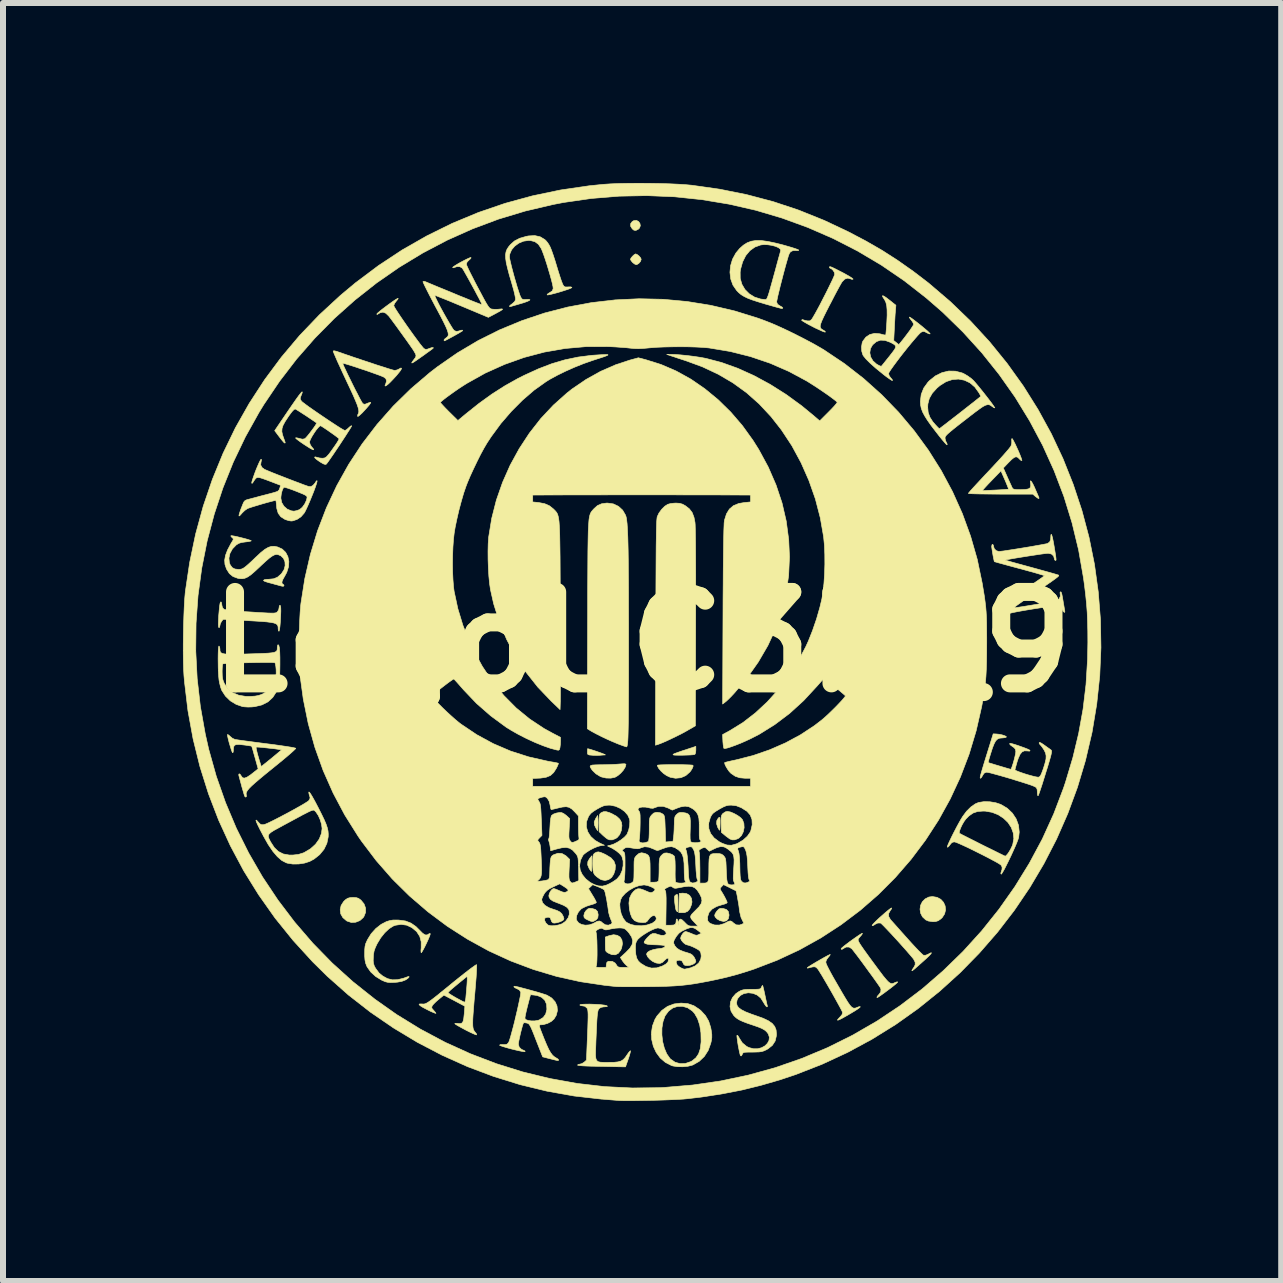
<source format=kicad_pcb>
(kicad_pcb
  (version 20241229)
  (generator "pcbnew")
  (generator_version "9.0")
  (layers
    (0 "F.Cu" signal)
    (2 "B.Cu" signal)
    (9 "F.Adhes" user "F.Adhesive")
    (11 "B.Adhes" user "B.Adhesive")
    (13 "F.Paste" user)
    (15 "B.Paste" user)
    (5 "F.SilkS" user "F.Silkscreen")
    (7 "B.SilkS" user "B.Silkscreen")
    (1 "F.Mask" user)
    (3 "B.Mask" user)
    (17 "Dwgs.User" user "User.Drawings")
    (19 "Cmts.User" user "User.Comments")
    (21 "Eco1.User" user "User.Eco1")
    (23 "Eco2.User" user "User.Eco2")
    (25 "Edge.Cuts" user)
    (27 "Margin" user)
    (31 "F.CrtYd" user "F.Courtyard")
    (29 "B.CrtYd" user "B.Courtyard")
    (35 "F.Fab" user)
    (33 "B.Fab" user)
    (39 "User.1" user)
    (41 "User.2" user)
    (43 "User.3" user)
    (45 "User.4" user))
  (footprint "LogoUC3M_9"
    (layer "F.Cu")
    (at 7.653 7.652)
    (property "Reference" "LogoUC3M_9" (at 0 0 0) (layer "F.SilkS") (effects (font (size 1.524 1.524) (thickness 0.3))))
    (attr through_hole)
    (fp_poly (pts (xy -0.735 2.955) (xy -0.733 3.014) (xy -0.735 3.076) (xy -0.735 3.082) (xy -0.74 3.145) (xy -0.765 3.108) (xy -0.794 3.05) (xy -0.798 2.999) (xy -0.775 2.946) (xy -0.774 2.943) (xy -0.74 2.891) (xy -0.735 2.955)) (stroke (width 0.01) (type solid)) (fill yes) (layer "F.SilkS"))
    (fp_poly (pts (xy -0.837 3.694) (xy -0.838 3.753) (xy -0.84 3.797) (xy -0.843 3.822) (xy -0.844 3.825) (xy -0.856 3.813) (xy -0.876 3.785) (xy -0.882 3.776) (xy -0.907 3.716) (xy -0.904 3.661) (xy -0.874 3.608) (xy -0.837 3.563) (xy -0.837 3.694)) (stroke (width 0.01) (type solid)) (fill yes) (layer "F.SilkS"))
    (fp_poly (pts (xy -0.059 -7.01) (xy -0.036 -6.978) (xy -0.029 -6.939) (xy -0.043 -6.901) (xy -0.063 -6.881) (xy -0.103 -6.861) (xy -0.136 -6.865) (xy -0.164 -6.888) (xy -0.191 -6.931) (xy -0.19 -6.974) (xy -0.164 -7.009) (xy -0.138 -7.024) (xy -0.094 -7.028) (xy -0.059 -7.01)) (stroke (width 0.01) (type solid)) (fill yes) (layer "F.SilkS"))
    (fp_poly (pts (xy 0.742 4.194) (xy 0.792 4.224) (xy 0.823 4.272) (xy 0.832 4.333) (xy 0.824 4.377) (xy 0.796 4.446) (xy 0.759 4.489) (xy 0.711 4.51) (xy 0.678 4.512) (xy 0.612 4.512) (xy 0.616 4.352) (xy 0.62 4.191) (xy 0.677 4.186) (xy 0.742 4.194)) (stroke (width 0.01) (type solid)) (fill yes) (layer "F.SilkS"))
    (fp_poly (pts (xy 1.298 2.939) (xy 1.3 2.977) (xy 1.3 3.023) (xy 1.299 3.077) (xy 1.297 3.118) (xy 1.294 3.137) (xy 1.293 3.138) (xy 1.282 3.126) (xy 1.265 3.097) (xy 1.263 3.094) (xy 1.243 3.033) (xy 1.245 2.979) (xy 1.269 2.937) (xy 1.27 2.936) (xy 1.285 2.923) (xy 1.294 2.923) (xy 1.298 2.939)) (stroke (width 0.01) (type solid)) (fill yes) (layer "F.SilkS"))
    (fp_poly (pts (xy -0.413 4.889) (xy -0.365 4.919) (xy -0.336 4.967) (xy -0.327 5.029) (xy -0.341 5.101) (xy -0.356 5.135) (xy -0.396 5.189) (xy -0.446 5.214) (xy -0.505 5.211) (xy -0.564 5.185) (xy -0.588 5.169) (xy -0.603 5.153) (xy -0.61 5.128) (xy -0.612 5.088) (xy -0.613 5.037) (xy -0.613 4.918) (xy -0.549 4.895) (xy -0.475 4.879) (xy -0.413 4.889)) (stroke (width 0.01) (type solid)) (fill yes) (layer "F.SilkS"))
    (fp_poly (pts (xy 0.896 1.804) (xy 0.892 1.848) (xy 0.881 1.872) (xy 0.878 1.874) (xy 0.849 1.879) (xy 0.799 1.883) (xy 0.736 1.885) (xy 0.669 1.887) (xy 0.606 1.887) (xy 0.556 1.886) (xy 0.53 1.884) (xy 0.517 1.879) (xy 0.518 1.872) (xy 0.538 1.861) (xy 0.579 1.846) (xy 0.644 1.823) (xy 0.691 1.807) (xy 0.896 1.74) (xy 0.896 1.804)) (stroke (width 0.01) (type solid)) (fill yes) (layer "F.SilkS"))
    (fp_poly (pts (xy 1.348 4.442) (xy 1.351 4.442) (xy 1.405 4.458) (xy 1.437 4.491) (xy 1.449 4.545) (xy 1.449 4.559) (xy 1.438 4.613) (xy 1.407 4.647) (xy 1.36 4.658) (xy 1.3 4.645) (xy 1.25 4.617) (xy 1.218 4.583) (xy 1.21 4.556) (xy 1.219 4.528) (xy 1.242 4.492) (xy 1.25 4.482) (xy 1.28 4.451) (xy 1.307 4.44) (xy 1.348 4.442)) (stroke (width 0.01) (type solid)) (fill yes) (layer "F.SilkS"))
    (fp_poly (pts (xy -0.08 -6.458) (xy -0.048 -6.432) (xy -0.023 -6.401) (xy -0.015 -6.379) (xy -0.026 -6.345) (xy -0.054 -6.312) (xy -0.086 -6.292) (xy -0.098 -6.29) (xy -0.123 -6.3) (xy -0.155 -6.324) (xy -0.158 -6.327) (xy -0.182 -6.356) (xy -0.194 -6.378) (xy -0.194 -6.38) (xy -0.184 -6.401) (xy -0.16 -6.43) (xy -0.132 -6.456) (xy -0.109 -6.469) (xy -0.107 -6.47) (xy -0.08 -6.458)) (stroke (width 0.01) (type solid)) (fill yes) (layer "F.SilkS"))
    (fp_poly (pts (xy -0.833 4.442) (xy -0.776 4.459) (xy -0.743 4.492) (xy -0.732 4.545) (xy -0.732 4.549) (xy -0.738 4.596) (xy -0.759 4.626) (xy -0.787 4.644) (xy -0.813 4.657) (xy -0.835 4.659) (xy -0.863 4.652) (xy -0.908 4.632) (xy -0.948 4.611) (xy -0.966 4.59) (xy -0.971 4.561) (xy -0.971 4.56) (xy -0.959 4.514) (xy -0.933 4.475) (xy -0.903 4.449) (xy -0.874 4.439) (xy -0.833 4.442)) (stroke (width 0.01) (type solid)) (fill yes) (layer "F.SilkS"))
    (fp_poly (pts (xy -0.883 1.784) (xy -0.842 1.796) (xy -0.792 1.812) (xy -0.737 1.831) (xy -0.686 1.849) (xy -0.644 1.865) (xy -0.617 1.877) (xy -0.612 1.882) (xy -0.613 1.882) (xy -0.654 1.884) (xy -0.702 1.888) (xy -0.749 1.89) (xy -0.807 1.889) (xy -0.833 1.887) (xy -0.879 1.883) (xy -0.902 1.875) (xy -0.91 1.859) (xy -0.911 1.83) (xy -0.91 1.795) (xy -0.908 1.779) (xy -0.908 1.778) (xy -0.883 1.784)) (stroke (width 0.01) (type solid)) (fill yes) (layer "F.SilkS"))
    (fp_poly (pts (xy 0.59 4.21) (xy 0.595 4.225) (xy 0.597 4.259) (xy 0.598 4.316) (xy 0.598 4.347) (xy 0.597 4.41) (xy 0.596 4.46) (xy 0.594 4.491) (xy 0.592 4.497) (xy 0.579 4.487) (xy 0.571 4.479) (xy 0.562 4.455) (xy 0.554 4.411) (xy 0.546 4.355) (xy 0.545 4.346) (xy 0.54 4.287) (xy 0.54 4.251) (xy 0.546 4.231) (xy 0.558 4.219) (xy 0.566 4.214) (xy 0.58 4.208) (xy 0.59 4.21)) (stroke (width 0.01) (type solid)) (fill yes) (layer "F.SilkS"))
    (fp_poly (pts (xy 4.917 4.256) (xy 4.979 4.289) (xy 5.025 4.339) (xy 5.052 4.4) (xy 5.059 4.466) (xy 5.043 4.532) (xy 5.003 4.594) (xy 4.979 4.616) (xy 4.936 4.646) (xy 4.894 4.659) (xy 4.849 4.662) (xy 4.772 4.651) (xy 4.729 4.632) (xy 4.674 4.581) (xy 4.643 4.52) (xy 4.633 4.454) (xy 4.643 4.388) (xy 4.672 4.329) (xy 4.719 4.282) (xy 4.78 4.251) (xy 4.84 4.243) (xy 4.917 4.256)) (stroke (width 0.01) (type solid)) (fill yes) (layer "F.SilkS"))
    (fp_poly (pts (xy -4.765 4.261) (xy -4.727 4.273) (xy -4.691 4.299) (xy -4.685 4.304) (xy -4.635 4.365) (xy -4.609 4.435) (xy -4.609 4.507) (xy -4.636 4.575) (xy -4.648 4.593) (xy -4.705 4.644) (xy -4.774 4.671) (xy -4.847 4.675) (xy -4.917 4.652) (xy -4.926 4.647) (xy -4.987 4.595) (xy -5.023 4.532) (xy -5.032 4.463) (xy -5.017 4.392) (xy -4.975 4.326) (xy -4.945 4.297) (xy -4.908 4.272) (xy -4.868 4.261) (xy -4.818 4.258) (xy -4.765 4.261)) (stroke (width 0.01) (type solid)) (fill yes) (layer "F.SilkS"))
    (fp_poly (pts (xy -0.547 2.843) (xy -0.503 2.862) (xy -0.424 2.906) (xy -0.372 2.954) (xy -0.343 3.007) (xy -0.336 3.061) (xy -0.346 3.142) (xy -0.374 3.211) (xy -0.417 3.261) (xy -0.443 3.277) (xy -0.497 3.298) (xy -0.541 3.298) (xy -0.575 3.285) (xy -0.603 3.265) (xy -0.641 3.233) (xy -0.661 3.215) (xy -0.717 3.161) (xy -0.717 3.016) (xy -0.717 2.948) (xy -0.714 2.904) (xy -0.708 2.876) (xy -0.698 2.859) (xy -0.684 2.847) (xy -0.645 2.829) (xy -0.602 2.827) (xy -0.547 2.843)) (stroke (width 0.01) (type solid)) (fill yes) (layer "F.SilkS"))
    (fp_poly (pts (xy 0.595 2.045) (xy 0.674 2.045) (xy 0.744 2.047) (xy 0.8 2.049) (xy 0.837 2.052) (xy 0.849 2.055) (xy 0.85 2.074) (xy 0.836 2.108) (xy 0.812 2.147) (xy 0.796 2.167) (xy 0.728 2.227) (xy 0.647 2.262) (xy 0.559 2.271) (xy 0.468 2.254) (xy 0.408 2.226) (xy 0.359 2.192) (xy 0.314 2.15) (xy 0.277 2.106) (xy 0.257 2.068) (xy 0.254 2.055) (xy 0.268 2.051) (xy 0.306 2.048) (xy 0.364 2.046) (xy 0.435 2.045) (xy 0.514 2.045) (xy 0.595 2.045)) (stroke (width 0.01) (type solid)) (fill yes) (layer "F.SilkS"))
    (fp_poly (pts (xy 1.472 2.833) (xy 1.532 2.858) (xy 1.592 2.891) (xy 1.644 2.929) (xy 1.674 2.963) (xy 1.697 3.025) (xy 1.701 3.095) (xy 1.687 3.164) (xy 1.657 3.225) (xy 1.613 3.269) (xy 1.592 3.28) (xy 1.543 3.297) (xy 1.503 3.298) (xy 1.463 3.283) (xy 1.413 3.247) (xy 1.401 3.238) (xy 1.322 3.173) (xy 1.318 3.034) (xy 1.317 2.967) (xy 1.318 2.923) (xy 1.324 2.894) (xy 1.335 2.873) (xy 1.347 2.859) (xy 1.389 2.831) (xy 1.422 2.824) (xy 1.472 2.833)) (stroke (width 0.01) (type solid)) (fill yes) (layer "F.SilkS"))
    (fp_poly (pts (xy -0.691 3.507) (xy -0.638 3.529) (xy -0.598 3.549) (xy -0.518 3.598) (xy -0.468 3.655) (xy -0.445 3.72) (xy -0.449 3.796) (xy -0.472 3.868) (xy -0.508 3.925) (xy -0.559 3.961) (xy -0.618 3.975) (xy -0.678 3.963) (xy -0.703 3.95) (xy -0.754 3.914) (xy -0.788 3.883) (xy -0.808 3.849) (xy -0.818 3.805) (xy -0.821 3.743) (xy -0.822 3.696) (xy -0.821 3.626) (xy -0.819 3.58) (xy -0.814 3.551) (xy -0.804 3.533) (xy -0.79 3.52) (xy -0.789 3.519) (xy -0.759 3.503) (xy -0.729 3.498) (xy -0.691 3.507)) (stroke (width 0.01) (type solid)) (fill yes) (layer "F.SilkS"))
    (fp_poly (pts (xy -0.286 2.03) (xy -0.271 2.037) (xy -0.269 2.043) (xy -0.281 2.085) (xy -0.311 2.135) (xy -0.355 2.185) (xy -0.404 2.227) (xy -0.452 2.255) (xy -0.453 2.255) (xy -0.521 2.269) (xy -0.6 2.267) (xy -0.674 2.25) (xy -0.695 2.242) (xy -0.769 2.197) (xy -0.825 2.143) (xy -0.841 2.122) (xy -0.859 2.093) (xy -0.866 2.073) (xy -0.857 2.059) (xy -0.828 2.051) (xy -0.778 2.048) (xy -0.702 2.046) (xy -0.676 2.046) (xy -0.591 2.045) (xy -0.505 2.042) (xy -0.428 2.038) (xy -0.377 2.034) (xy -0.319 2.03) (xy -0.286 2.03)) (stroke (width 0.01) (type solid)) (fill yes) (layer "F.SilkS"))
    (fp_poly (pts (xy 0.625 -2.312) (xy 0.674 -2.298) (xy 0.721 -2.272) (xy 0.788 -2.22) (xy 0.835 -2.158) (xy 0.865 -2.08) (xy 0.882 -1.994) (xy 0.885 -1.956) (xy 0.887 -1.889) (xy 0.889 -1.793) (xy 0.891 -1.667) (xy 0.892 -1.514) (xy 0.893 -1.331) (xy 0.894 -1.121) (xy 0.894 -0.884) (xy 0.894 -0.619) (xy 0.893 -0.327) (xy 0.893 -0.239) (xy 0.889 1.397) (xy 0.74 1.483) (xy 0.667 1.523) (xy 0.582 1.566) (xy 0.493 1.609) (xy 0.406 1.65) (xy 0.329 1.683) (xy 0.269 1.706) (xy 0.257 1.71) (xy 0.223 1.72) (xy 0.228 -0.152) (xy 0.229 -0.438) (xy 0.23 -0.696) (xy 0.231 -0.927) (xy 0.232 -1.132) (xy 0.233 -1.312) (xy 0.234 -1.47) (xy 0.235 -1.606) (xy 0.237 -1.722) (xy 0.238 -1.82) (xy 0.24 -1.9) (xy 0.242 -1.964) (xy 0.244 -2.013) (xy 0.247 -2.049) (xy 0.25 -2.074) (xy 0.252 -2.087) (xy 0.281 -2.149) (xy 0.326 -2.211) (xy 0.378 -2.263) (xy 0.428 -2.295) (xy 0.471 -2.307) (xy 0.528 -2.314) (xy 0.564 -2.316) (xy 0.625 -2.312)) (stroke (width 0.01) (type solid)) (fill yes) (layer "F.SilkS"))
    (fp_poly (pts (xy -7.015 -0.666) (xy -7.007 -0.636) (xy -7.005 -0.616) (xy -6.995 -0.573) (xy -6.972 -0.548) (xy -6.963 -0.543) (xy -6.938 -0.537) (xy -6.887 -0.53) (xy -6.814 -0.522) (xy -6.724 -0.514) (xy -6.62 -0.506) (xy -6.518 -0.5) (xy -6.397 -0.492) (xy -6.302 -0.487) (xy -6.23 -0.483) (xy -6.177 -0.482) (xy -6.14 -0.482) (xy -6.115 -0.485) (xy -6.098 -0.489) (xy -6.087 -0.496) (xy -6.081 -0.501) (xy -6.058 -0.536) (xy -6.051 -0.57) (xy -6.047 -0.601) (xy -6.036 -0.613) (xy -6.028 -0.602) (xy -6.023 -0.57) (xy -6.022 -0.515) (xy -6.025 -0.433) (xy -6.031 -0.325) (xy -6.036 -0.263) (xy -6.043 -0.214) (xy -6.05 -0.185) (xy -6.053 -0.179) (xy -6.063 -0.192) (xy -6.066 -0.221) (xy -6.067 -0.249) (xy -6.072 -0.272) (xy -6.085 -0.291) (xy -6.106 -0.306) (xy -6.141 -0.318) (xy -6.19 -0.327) (xy -6.258 -0.336) (xy -6.347 -0.343) (xy -6.459 -0.35) (xy -6.598 -0.358) (xy -6.627 -0.36) (xy -6.982 -0.379) (xy -7.009 -0.345) (xy -7.03 -0.307) (xy -7.037 -0.275) (xy -7.043 -0.247) (xy -7.053 -0.239) (xy -7.06 -0.253) (xy -7.063 -0.294) (xy -7.061 -0.358) (xy -7.057 -0.443) (xy -7.048 -0.544) (xy -7.043 -0.594) (xy -7.035 -0.644) (xy -7.025 -0.668) (xy -7.015 -0.666)) (stroke (width 0.01) (type solid)) (fill yes) (layer "F.SilkS"))
    (fp_poly (pts (xy 0.763 6.028) (xy 0.864 6.063) (xy 0.957 6.125) (xy 0.98 6.144) (xy 1.057 6.228) (xy 1.11 6.319) (xy 1.144 6.426) (xy 1.153 6.476) (xy 1.162 6.542) (xy 1.162 6.595) (xy 1.154 6.65) (xy 1.145 6.689) (xy 1.102 6.808) (xy 1.037 6.909) (xy 0.952 6.99) (xy 0.849 7.049) (xy 0.835 7.054) (xy 0.764 7.072) (xy 0.678 7.08) (xy 0.591 7.079) (xy 0.514 7.067) (xy 0.489 7.059) (xy 0.388 7.007) (xy 0.303 6.934) (xy 0.236 6.843) (xy 0.188 6.74) (xy 0.161 6.629) (xy 0.157 6.547) (xy 0.33 6.547) (xy 0.343 6.662) (xy 0.371 6.77) (xy 0.411 6.865) (xy 0.464 6.941) (xy 0.476 6.953) (xy 0.549 7.004) (xy 0.632 7.028) (xy 0.72 7.026) (xy 0.808 6.996) (xy 0.836 6.981) (xy 0.898 6.93) (xy 0.942 6.865) (xy 0.97 6.781) (xy 0.983 6.674) (xy 0.984 6.659) (xy 0.981 6.515) (xy 0.961 6.387) (xy 0.925 6.278) (xy 0.874 6.19) (xy 0.836 6.149) (xy 0.759 6.097) (xy 0.676 6.073) (xy 0.593 6.074) (xy 0.513 6.1) (xy 0.443 6.151) (xy 0.388 6.225) (xy 0.382 6.235) (xy 0.349 6.327) (xy 0.331 6.434) (xy 0.33 6.547) (xy 0.157 6.547) (xy 0.156 6.514) (xy 0.173 6.4) (xy 0.215 6.29) (xy 0.248 6.235) (xy 0.329 6.142) (xy 0.424 6.074) (xy 0.533 6.033) (xy 0.649 6.019) (xy 0.763 6.028)) (stroke (width 0.01) (type solid)) (fill yes) (layer "F.SilkS"))
    (fp_poly (pts (xy 4.16 4.434) (xy 4.157 4.449) (xy 4.138 4.475) (xy 4.137 4.477) (xy 4.11 4.525) (xy 4.111 4.576) (xy 4.14 4.627) (xy 4.142 4.629) (xy 4.162 4.651) (xy 4.199 4.692) (xy 4.249 4.748) (xy 4.309 4.816) (xy 4.376 4.891) (xy 4.421 4.941) (xy 4.489 5.017) (xy 4.553 5.086) (xy 4.608 5.144) (xy 4.653 5.188) (xy 4.682 5.215) (xy 4.693 5.222) (xy 4.728 5.221) (xy 4.774 5.202) (xy 4.774 5.201) (xy 4.81 5.182) (xy 4.824 5.181) (xy 4.814 5.199) (xy 4.781 5.234) (xy 4.726 5.286) (xy 4.695 5.314) (xy 4.624 5.377) (xy 4.572 5.423) (xy 4.537 5.454) (xy 4.514 5.472) (xy 4.502 5.48) (xy 4.498 5.479) (xy 4.497 5.477) (xy 4.506 5.458) (xy 4.526 5.429) (xy 4.527 5.428) (xy 4.552 5.382) (xy 4.552 5.337) (xy 4.526 5.286) (xy 4.507 5.262) (xy 4.455 5.201) (xy 4.395 5.132) (xy 4.329 5.058) (xy 4.261 4.982) (xy 4.193 4.908) (xy 4.129 4.839) (xy 4.072 4.779) (xy 4.026 4.731) (xy 3.992 4.698) (xy 3.975 4.684) (xy 3.975 4.684) (xy 3.929 4.684) (xy 3.879 4.708) (xy 3.868 4.717) (xy 3.845 4.729) (xy 3.835 4.725) (xy 3.842 4.712) (xy 3.868 4.683) (xy 3.907 4.644) (xy 3.955 4.599) (xy 4.007 4.553) (xy 4.058 4.508) (xy 4.103 4.471) (xy 4.138 4.444) (xy 4.157 4.433) (xy 4.16 4.434)) (stroke (width 0.01) (type solid)) (fill yes) (layer "F.SilkS"))
    (fp_poly (pts (xy 3.131 5.222) (xy 3.111 5.248) (xy 3.103 5.257) (xy 3.076 5.294) (xy 3.063 5.331) (xy 3.063 5.336) (xy 3.067 5.356) (xy 3.081 5.39) (xy 3.106 5.44) (xy 3.141 5.507) (xy 3.189 5.594) (xy 3.251 5.701) (xy 3.326 5.831) (xy 3.378 5.919) (xy 3.426 5.998) (xy 3.464 6.053) (xy 3.495 6.087) (xy 3.524 6.103) (xy 3.553 6.103) (xy 3.586 6.091) (xy 3.589 6.089) (xy 3.62 6.078) (xy 3.638 6.08) (xy 3.638 6.081) (xy 3.629 6.092) (xy 3.598 6.115) (xy 3.55 6.147) (xy 3.49 6.183) (xy 3.477 6.191) (xy 3.394 6.239) (xy 3.333 6.273) (xy 3.292 6.294) (xy 3.268 6.303) (xy 3.258 6.303) (xy 3.257 6.3) (xy 3.267 6.286) (xy 3.291 6.259) (xy 3.303 6.247) (xy 3.333 6.211) (xy 3.341 6.181) (xy 3.339 6.167) (xy 3.328 6.143) (xy 3.305 6.099) (xy 3.271 6.037) (xy 3.23 5.963) (xy 3.184 5.88) (xy 3.135 5.794) (xy 3.086 5.709) (xy 3.039 5.629) (xy 2.998 5.559) (xy 2.963 5.503) (xy 2.939 5.465) (xy 2.933 5.456) (xy 2.908 5.428) (xy 2.884 5.414) (xy 2.852 5.414) (xy 2.802 5.425) (xy 2.779 5.432) (xy 2.755 5.436) (xy 2.756 5.428) (xy 2.757 5.427) (xy 2.776 5.413) (xy 2.813 5.389) (xy 2.864 5.358) (xy 2.923 5.323) (xy 2.984 5.288) (xy 3.041 5.256) (xy 3.089 5.23) (xy 3.123 5.213) (xy 3.137 5.209) (xy 3.131 5.222)) (stroke (width 0.01) (type solid)) (fill yes) (layer "F.SilkS"))
    (fp_poly (pts (xy 3.673 4.856) (xy 3.666 4.873) (xy 3.644 4.901) (xy 3.639 4.906) (xy 3.613 4.937) (xy 3.601 4.961) (xy 3.601 4.964) (xy 3.604 4.978) (xy 3.612 4.998) (xy 3.629 5.028) (xy 3.656 5.069) (xy 3.694 5.124) (xy 3.745 5.195) (xy 3.811 5.286) (xy 3.887 5.389) (xy 3.96 5.487) (xy 4.017 5.563) (xy 4.063 5.619) (xy 4.098 5.658) (xy 4.127 5.682) (xy 4.151 5.693) (xy 4.173 5.694) (xy 4.196 5.686) (xy 4.215 5.677) (xy 4.245 5.666) (xy 4.261 5.666) (xy 4.255 5.676) (xy 4.229 5.7) (xy 4.187 5.735) (xy 4.132 5.778) (xy 4.115 5.79) (xy 4.042 5.845) (xy 3.989 5.883) (xy 3.953 5.908) (xy 3.931 5.922) (xy 3.919 5.927) (xy 3.915 5.924) (xy 3.915 5.92) (xy 3.925 5.901) (xy 3.944 5.88) (xy 3.978 5.835) (xy 3.982 5.788) (xy 3.973 5.764) (xy 3.958 5.741) (xy 3.929 5.699) (xy 3.888 5.641) (xy 3.838 5.571) (xy 3.782 5.495) (xy 3.724 5.415) (xy 3.667 5.337) (xy 3.613 5.264) (xy 3.565 5.201) (xy 3.527 5.152) (xy 3.502 5.12) (xy 3.497 5.114) (xy 3.452 5.085) (xy 3.403 5.084) (xy 3.368 5.102) (xy 3.337 5.121) (xy 3.32 5.122) (xy 3.319 5.11) (xy 3.333 5.096) (xy 3.365 5.069) (xy 3.41 5.034) (xy 3.463 4.994) (xy 3.519 4.954) (xy 3.573 4.916) (xy 3.62 4.884) (xy 3.654 4.863) (xy 3.672 4.855) (xy 3.673 4.856)) (stroke (width 0.01) (type solid)) (fill yes) (layer "F.SilkS"))
    (fp_poly (pts (xy 3.152 -6.252) (xy 3.184 -6.238) (xy 3.234 -6.214) (xy 3.305 -6.177) (xy 3.343 -6.158) (xy 3.408 -6.122) (xy 3.462 -6.091) (xy 3.5 -6.066) (xy 3.517 -6.051) (xy 3.517 -6.049) (xy 3.5 -6.045) (xy 3.48 -6.052) (xy 3.428 -6.066) (xy 3.379 -6.05) (xy 3.335 -6.005) (xy 3.331 -5.999) (xy 3.313 -5.969) (xy 3.284 -5.917) (xy 3.246 -5.847) (xy 3.202 -5.764) (xy 3.155 -5.672) (xy 3.122 -5.61) (xy 3.067 -5.502) (xy 3.025 -5.417) (xy 2.995 -5.351) (xy 2.977 -5.303) (xy 2.969 -5.268) (xy 2.972 -5.242) (xy 2.984 -5.223) (xy 3.004 -5.208) (xy 3.028 -5.195) (xy 3.052 -5.178) (xy 3.054 -5.166) (xy 3.054 -5.166) (xy 3.036 -5.169) (xy 2.998 -5.184) (xy 2.943 -5.209) (xy 2.876 -5.24) (xy 2.85 -5.254) (xy 2.782 -5.289) (xy 2.725 -5.321) (xy 2.683 -5.346) (xy 2.661 -5.362) (xy 2.66 -5.366) (xy 2.67 -5.375) (xy 2.686 -5.371) (xy 2.719 -5.36) (xy 2.758 -5.353) (xy 2.795 -5.353) (xy 2.822 -5.372) (xy 2.835 -5.389) (xy 2.856 -5.424) (xy 2.887 -5.478) (xy 2.925 -5.547) (xy 2.968 -5.627) (xy 3.012 -5.714) (xy 3.058 -5.803) (xy 3.101 -5.889) (xy 3.14 -5.969) (xy 3.173 -6.037) (xy 3.197 -6.091) (xy 3.21 -6.125) (xy 3.212 -6.133) (xy 3.203 -6.166) (xy 3.18 -6.2) (xy 3.152 -6.225) (xy 3.135 -6.23) (xy 3.123 -6.242) (xy 3.123 -6.247) (xy 3.125 -6.255) (xy 3.133 -6.257) (xy 3.152 -6.252)) (stroke (width 0.01) (type solid)) (fill yes) (layer "F.SilkS"))
    (fp_poly (pts (xy -4.066 -5.73) (xy -4.071 -5.715) (xy -4.091 -5.689) (xy -4.099 -5.68) (xy -4.125 -5.645) (xy -4.138 -5.612) (xy -4.139 -5.607) (xy -4.13 -5.587) (xy -4.107 -5.548) (xy -4.071 -5.492) (xy -4.025 -5.423) (xy -3.972 -5.346) (xy -3.916 -5.265) (xy -3.857 -5.182) (xy -3.8 -5.103) (xy -3.747 -5.031) (xy -3.701 -4.969) (xy -3.664 -4.923) (xy -3.639 -4.894) (xy -3.632 -4.889) (xy -3.608 -4.878) (xy -3.58 -4.881) (xy -3.548 -4.893) (xy -3.511 -4.906) (xy -3.487 -4.909) (xy -3.484 -4.908) (xy -3.48 -4.905) (xy -3.48 -4.901) (xy -3.486 -4.894) (xy -3.504 -4.88) (xy -3.536 -4.856) (xy -3.587 -4.82) (xy -3.623 -4.793) (xy -3.703 -4.737) (xy -3.761 -4.696) (xy -3.801 -4.669) (xy -3.825 -4.655) (xy -3.837 -4.651) (xy -3.84 -4.654) (xy -3.831 -4.671) (xy -3.809 -4.701) (xy -3.803 -4.709) (xy -3.777 -4.743) (xy -3.768 -4.771) (xy -3.776 -4.802) (xy -3.801 -4.846) (xy -3.807 -4.857) (xy -3.833 -4.896) (xy -3.873 -4.953) (xy -3.923 -5.024) (xy -3.98 -5.103) (xy -4.039 -5.185) (xy -4.096 -5.264) (xy -4.149 -5.336) (xy -4.192 -5.394) (xy -4.223 -5.434) (xy -4.224 -5.435) (xy -4.272 -5.481) (xy -4.319 -5.499) (xy -4.367 -5.488) (xy -4.391 -5.474) (xy -4.416 -5.459) (xy -4.421 -5.464) (xy -4.42 -5.47) (xy -4.406 -5.485) (xy -4.374 -5.513) (xy -4.329 -5.549) (xy -4.275 -5.59) (xy -4.219 -5.631) (xy -4.165 -5.67) (xy -4.118 -5.702) (xy -4.083 -5.723) (xy -4.067 -5.73) (xy -4.066 -5.73)) (stroke (width 0.01) (type solid)) (fill yes) (layer "F.SilkS"))
    (fp_poly (pts (xy -0.478 -2.302) (xy -0.394 -2.262) (xy -0.324 -2.198) (xy -0.275 -2.114) (xy -0.268 -2.092) (xy -0.261 -2.063) (xy -0.256 -2.025) (xy -0.25 -1.975) (xy -0.246 -1.914) (xy -0.242 -1.839) (xy -0.238 -1.749) (xy -0.235 -1.643) (xy -0.232 -1.518) (xy -0.23 -1.374) (xy -0.229 -1.208) (xy -0.227 -1.02) (xy -0.226 -0.808) (xy -0.226 -0.571) (xy -0.225 -0.307) (xy -0.225 -0.036) (xy -0.225 0.237) (xy -0.225 0.481) (xy -0.225 0.698) (xy -0.226 0.89) (xy -0.227 1.058) (xy -0.228 1.203) (xy -0.229 1.327) (xy -0.231 1.432) (xy -0.233 1.519) (xy -0.235 1.589) (xy -0.238 1.645) (xy -0.242 1.686) (xy -0.246 1.716) (xy -0.25 1.735) (xy -0.255 1.745) (xy -0.26 1.748) (xy -0.28 1.742) (xy -0.321 1.728) (xy -0.376 1.708) (xy -0.407 1.696) (xy -0.489 1.662) (xy -0.581 1.621) (xy -0.674 1.577) (xy -0.761 1.533) (xy -0.832 1.495) (xy -0.861 1.478) (xy -0.912 1.446) (xy -0.908 -0.282) (xy -0.907 -0.553) (xy -0.907 -0.796) (xy -0.906 -1.012) (xy -0.905 -1.204) (xy -0.904 -1.372) (xy -0.903 -1.519) (xy -0.901 -1.645) (xy -0.899 -1.753) (xy -0.897 -1.845) (xy -0.893 -1.921) (xy -0.889 -1.984) (xy -0.885 -2.036) (xy -0.879 -2.077) (xy -0.872 -2.109) (xy -0.864 -2.135) (xy -0.855 -2.155) (xy -0.845 -2.172) (xy -0.833 -2.187) (xy -0.82 -2.202) (xy -0.805 -2.218) (xy -0.803 -2.221) (xy -0.744 -2.274) (xy -0.676 -2.304) (xy -0.592 -2.316) (xy -0.575 -2.316) (xy -0.478 -2.302)) (stroke (width 0.01) (type solid)) (fill yes) (layer "F.SilkS"))
    (fp_poly (pts (xy -0.796 6.039) (xy -0.713 6.043) (xy -0.683 6.046) (xy -0.627 6.053) (xy -0.591 6.062) (xy -0.577 6.07) (xy -0.587 6.077) (xy -0.623 6.081) (xy -0.636 6.081) (xy -0.685 6.09) (xy -0.715 6.109) (xy -0.724 6.121) (xy -0.732 6.137) (xy -0.738 6.162) (xy -0.744 6.198) (xy -0.749 6.248) (xy -0.754 6.315) (xy -0.758 6.402) (xy -0.763 6.512) (xy -0.769 6.647) (xy -0.771 6.71) (xy -0.775 6.811) (xy -0.776 6.886) (xy -0.771 6.939) (xy -0.758 6.974) (xy -0.734 6.995) (xy -0.697 7.004) (xy -0.642 7.007) (xy -0.568 7.007) (xy -0.558 7.007) (xy -0.468 7.006) (xy -0.401 6.999) (xy -0.351 6.985) (xy -0.313 6.961) (xy -0.28 6.925) (xy -0.252 6.884) (xy -0.225 6.845) (xy -0.203 6.82) (xy -0.194 6.813) (xy -0.194 6.826) (xy -0.202 6.861) (xy -0.217 6.912) (xy -0.229 6.948) (xy -0.276 7.082) (xy -0.448 7.079) (xy -0.53 7.077) (xy -0.629 7.075) (xy -0.735 7.073) (xy -0.835 7.071) (xy -0.848 7.071) (xy -0.934 7.068) (xy -1.003 7.064) (xy -1.051 7.059) (xy -1.074 7.054) (xy -1.076 7.052) (xy -1.063 7.041) (xy -1.039 7.037) (xy -1.003 7.028) (xy -0.965 7.004) (xy -0.965 7.004) (xy -0.927 6.97) (xy -0.91 6.555) (xy -0.905 6.432) (xy -0.902 6.334) (xy -0.9 6.26) (xy -0.9 6.205) (xy -0.902 6.165) (xy -0.905 6.138) (xy -0.91 6.119) (xy -0.916 6.105) (xy -0.918 6.103) (xy -0.953 6.072) (xy -0.986 6.066) (xy -1.02 6.061) (xy -1.038 6.051) (xy -1.029 6.044) (xy -0.996 6.039) (xy -0.942 6.037) (xy -0.874 6.036) (xy -0.796 6.039)) (stroke (width 0.01) (type solid)) (fill yes) (layer "F.SilkS"))
    (fp_poly (pts (xy -4.057 4.635) (xy -3.945 4.65) (xy -3.852 4.686) (xy -3.769 4.744) (xy -3.71 4.803) (xy -3.658 4.855) (xy -3.616 4.882) (xy -3.582 4.883) (xy -3.559 4.868) (xy -3.539 4.858) (xy -3.531 4.861) (xy -3.533 4.877) (xy -3.546 4.913) (xy -3.567 4.963) (xy -3.593 5.019) (xy -3.62 5.075) (xy -3.646 5.125) (xy -3.667 5.162) (xy -3.68 5.18) (xy -3.68 5.18) (xy -3.685 5.171) (xy -3.686 5.139) (xy -3.682 5.1) (xy -3.682 4.996) (xy -3.706 4.907) (xy -3.755 4.831) (xy -3.759 4.826) (xy -3.837 4.761) (xy -3.924 4.72) (xy -4.017 4.707) (xy -4.11 4.721) (xy -4.15 4.736) (xy -4.219 4.78) (xy -4.29 4.847) (xy -4.357 4.931) (xy -4.414 5.025) (xy -4.417 5.03) (xy -4.448 5.097) (xy -4.467 5.151) (xy -4.477 5.207) (xy -4.48 5.253) (xy -4.482 5.314) (xy -4.477 5.358) (xy -4.465 5.397) (xy -4.444 5.437) (xy -4.385 5.517) (xy -4.323 5.568) (xy -4.244 5.611) (xy -4.163 5.631) (xy -4.075 5.629) (xy -3.975 5.604) (xy -3.911 5.581) (xy -3.887 5.575) (xy -3.883 5.583) (xy -3.897 5.6) (xy -3.924 5.621) (xy -3.948 5.635) (xy -4.006 5.657) (xy -4.079 5.67) (xy -4.131 5.674) (xy -4.195 5.676) (xy -4.242 5.672) (xy -4.282 5.662) (xy -4.33 5.641) (xy -4.343 5.635) (xy -4.441 5.575) (xy -4.523 5.5) (xy -4.583 5.415) (xy -4.592 5.396) (xy -4.609 5.351) (xy -4.619 5.301) (xy -4.624 5.237) (xy -4.624 5.192) (xy -4.623 5.123) (xy -4.618 5.073) (xy -4.608 5.031) (xy -4.588 4.985) (xy -4.575 4.958) (xy -4.516 4.863) (xy -4.439 4.777) (xy -4.35 4.707) (xy -4.262 4.661) (xy -4.207 4.644) (xy -4.155 4.635) (xy -4.092 4.634) (xy -4.057 4.635)) (stroke (width 0.01) (type solid)) (fill yes) (layer "F.SilkS"))
    (fp_poly (pts (xy -5.095 -4.846) (xy -5.091 -4.845) (xy -4.945 -4.794) (xy -4.802 -4.745) (xy -4.665 -4.699) (xy -4.537 -4.657) (xy -4.422 -4.618) (xy -4.32 -4.586) (xy -4.237 -4.559) (xy -4.174 -4.54) (xy -4.134 -4.529) (xy -4.122 -4.527) (xy -4.082 -4.536) (xy -4.051 -4.551) (xy -4.021 -4.568) (xy -4.009 -4.563) (xy -4.018 -4.54) (xy -4.039 -4.509) (xy -4.093 -4.443) (xy -4.146 -4.385) (xy -4.193 -4.336) (xy -4.233 -4.298) (xy -4.264 -4.274) (xy -4.282 -4.267) (xy -4.285 -4.277) (xy -4.274 -4.301) (xy -4.259 -4.351) (xy -4.271 -4.39) (xy -4.303 -4.415) (xy -4.334 -4.429) (xy -4.385 -4.449) (xy -4.452 -4.473) (xy -4.53 -4.501) (xy -4.613 -4.53) (xy -4.699 -4.558) (xy -4.781 -4.586) (xy -4.856 -4.61) (xy -4.918 -4.629) (xy -4.964 -4.642) (xy -4.988 -4.647) (xy -4.99 -4.647) (xy -4.984 -4.627) (xy -4.966 -4.585) (xy -4.938 -4.526) (xy -4.904 -4.454) (xy -4.865 -4.375) (xy -4.824 -4.291) (xy -4.783 -4.209) (xy -4.743 -4.133) (xy -4.709 -4.066) (xy -4.681 -4.015) (xy -4.662 -3.983) (xy -4.656 -3.976) (xy -4.635 -3.963) (xy -4.61 -3.966) (xy -4.579 -3.979) (xy -4.545 -3.992) (xy -4.524 -3.994) (xy -4.522 -3.993) (xy -4.529 -3.978) (xy -4.552 -3.946) (xy -4.589 -3.903) (xy -4.624 -3.864) (xy -4.668 -3.817) (xy -4.706 -3.782) (xy -4.732 -3.762) (xy -4.741 -3.76) (xy -4.741 -3.783) (xy -4.736 -3.796) (xy -4.726 -3.815) (xy -4.722 -3.838) (xy -4.724 -3.868) (xy -4.733 -3.907) (xy -4.75 -3.958) (xy -4.777 -4.024) (xy -4.813 -4.108) (xy -4.861 -4.212) (xy -4.921 -4.339) (xy -4.94 -4.38) (xy -4.991 -4.489) (xy -5.037 -4.59) (xy -5.078 -4.678) (xy -5.11 -4.752) (xy -5.134 -4.808) (xy -5.147 -4.842) (xy -5.149 -4.852) (xy -5.129 -4.854) (xy -5.095 -4.846)) (stroke (width 0.01) (type solid)) (fill yes) (layer "F.SilkS"))
    (fp_poly (pts (xy 1.99 -6.692) (xy 2.098 -6.677) (xy 2.226 -6.65) (xy 2.338 -6.622) (xy 2.422 -6.598) (xy 2.497 -6.576) (xy 2.556 -6.557) (xy 2.596 -6.542) (xy 2.611 -6.534) (xy 2.603 -6.524) (xy 2.578 -6.525) (xy 2.518 -6.526) (xy 2.474 -6.505) (xy 2.453 -6.473) (xy 2.439 -6.436) (xy 2.422 -6.377) (xy 2.4 -6.301) (xy 2.376 -6.214) (xy 2.351 -6.12) (xy 2.326 -6.023) (xy 2.302 -5.93) (xy 2.281 -5.843) (xy 2.263 -5.769) (xy 2.251 -5.711) (xy 2.244 -5.675) (xy 2.244 -5.666) (xy 2.258 -5.63) (xy 2.296 -5.605) (xy 2.297 -5.604) (xy 2.331 -5.585) (xy 2.346 -5.569) (xy 2.339 -5.56) (xy 2.327 -5.559) (xy 2.307 -5.564) (xy 2.264 -5.575) (xy 2.202 -5.592) (xy 2.126 -5.614) (xy 2.054 -5.634) (xy 1.933 -5.671) (xy 1.837 -5.702) (xy 1.761 -5.731) (xy 1.701 -5.76) (xy 1.652 -5.79) (xy 1.611 -5.824) (xy 1.577 -5.859) (xy 1.515 -5.949) (xy 1.478 -6.051) (xy 1.465 -6.16) (xy 1.465 -6.167) (xy 1.635 -6.167) (xy 1.636 -6.061) (xy 1.664 -5.963) (xy 1.715 -5.876) (xy 1.787 -5.804) (xy 1.876 -5.749) (xy 1.978 -5.717) (xy 2.048 -5.709) (xy 2.06 -5.709) (xy 2.07 -5.713) (xy 2.08 -5.724) (xy 2.09 -5.746) (xy 2.103 -5.78) (xy 2.119 -5.831) (xy 2.139 -5.901) (xy 2.165 -5.994) (xy 2.195 -6.103) (xy 2.224 -6.208) (xy 2.25 -6.305) (xy 2.273 -6.389) (xy 2.292 -6.457) (xy 2.305 -6.504) (xy 2.311 -6.527) (xy 2.311 -6.527) (xy 2.303 -6.551) (xy 2.272 -6.575) (xy 2.223 -6.596) (xy 2.163 -6.612) (xy 2.097 -6.622) (xy 2.032 -6.625) (xy 1.978 -6.619) (xy 1.881 -6.584) (xy 1.797 -6.524) (xy 1.728 -6.441) (xy 1.676 -6.337) (xy 1.642 -6.216) (xy 1.635 -6.167) (xy 1.465 -6.167) (xy 1.475 -6.272) (xy 1.508 -6.382) (xy 1.564 -6.484) (xy 1.627 -6.56) (xy 1.689 -6.615) (xy 1.752 -6.655) (xy 1.821 -6.681) (xy 1.899 -6.693) (xy 1.99 -6.692)) (stroke (width 0.01) (type solid)) (fill yes) (layer "F.SilkS"))
    (fp_poly (pts (xy 6.178 -3.379) (xy 6.197 -3.344) (xy 6.222 -3.295) (xy 6.249 -3.236) (xy 6.277 -3.174) (xy 6.301 -3.116) (xy 6.32 -3.067) (xy 6.33 -3.034) (xy 6.331 -3.024) (xy 6.316 -3.028) (xy 6.292 -3.049) (xy 6.286 -3.056) (xy 6.26 -3.08) (xy 6.233 -3.088) (xy 6.202 -3.076) (xy 6.161 -3.044) (xy 6.107 -2.99) (xy 6.106 -2.989) (xy 6.022 -2.901) (xy 6.09 -2.747) (xy 6.119 -2.682) (xy 6.145 -2.626) (xy 6.164 -2.584) (xy 6.173 -2.566) (xy 6.185 -2.553) (xy 6.207 -2.545) (xy 6.247 -2.541) (xy 6.31 -2.54) (xy 6.312 -2.54) (xy 6.389 -2.543) (xy 6.44 -2.552) (xy 6.468 -2.57) (xy 6.479 -2.599) (xy 6.476 -2.639) (xy 6.471 -2.677) (xy 6.477 -2.688) (xy 6.491 -2.674) (xy 6.514 -2.635) (xy 6.544 -2.573) (xy 6.552 -2.553) (xy 6.578 -2.494) (xy 6.599 -2.445) (xy 6.613 -2.412) (xy 6.616 -2.403) (xy 6.615 -2.391) (xy 6.596 -2.398) (xy 6.564 -2.421) (xy 6.555 -2.428) (xy 6.513 -2.465) (xy 5.976 -2.465) (xy 5.852 -2.466) (xy 5.739 -2.467) (xy 5.639 -2.468) (xy 5.556 -2.47) (xy 5.492 -2.472) (xy 5.452 -2.475) (xy 5.439 -2.478) (xy 5.449 -2.491) (xy 5.476 -2.523) (xy 5.67 -2.523) (xy 5.887 -2.533) (xy 5.964 -2.537) (xy 6.03 -2.541) (xy 6.078 -2.545) (xy 6.105 -2.547) (xy 6.108 -2.548) (xy 6.105 -2.563) (xy 6.091 -2.599) (xy 6.07 -2.651) (xy 6.048 -2.703) (xy 5.982 -2.853) (xy 5.863 -2.73) (xy 5.811 -2.676) (xy 5.763 -2.626) (xy 5.726 -2.586) (xy 5.707 -2.565) (xy 5.67 -2.523) (xy 5.476 -2.523) (xy 5.477 -2.524) (xy 5.521 -2.573) (xy 5.578 -2.635) (xy 5.647 -2.709) (xy 5.724 -2.792) (xy 5.784 -2.855) (xy 5.867 -2.944) (xy 5.945 -3.028) (xy 6.014 -3.104) (xy 6.071 -3.169) (xy 6.115 -3.221) (xy 6.142 -3.256) (xy 6.15 -3.269) (xy 6.162 -3.313) (xy 6.162 -3.353) (xy 6.162 -3.354) (xy 6.16 -3.382) (xy 6.167 -3.392) (xy 6.178 -3.379)) (stroke (width 0.01) (type solid)) (fill yes) (layer "F.SilkS"))
    (fp_poly (pts (xy -5.547 2.502) (xy -5.526 2.53) (xy -5.493 2.585) (xy -5.447 2.668) (xy -5.397 2.764) (xy -5.341 2.875) (xy -5.298 2.964) (xy -5.267 3.037) (xy -5.247 3.097) (xy -5.235 3.15) (xy -5.231 3.2) (xy -5.232 3.247) (xy -5.254 3.355) (xy -5.302 3.455) (xy -5.375 3.544) (xy -5.468 3.618) (xy -5.54 3.657) (xy -5.626 3.685) (xy -5.724 3.7) (xy -5.822 3.701) (xy -5.91 3.687) (xy -5.932 3.68) (xy -6.005 3.642) (xy -6.078 3.579) (xy -6.154 3.49) (xy -6.232 3.375) (xy -6.304 3.248) (xy -6.23 3.248) (xy -6.219 3.279) (xy -6.2 3.317) (xy -6.192 3.332) (xy -6.132 3.425) (xy -6.063 3.492) (xy -5.981 3.533) (xy -5.882 3.551) (xy -5.82 3.551) (xy -5.729 3.541) (xy -5.648 3.516) (xy -5.63 3.508) (xy -5.527 3.447) (xy -5.443 3.371) (xy -5.381 3.284) (xy -5.344 3.189) (xy -5.334 3.108) (xy -5.343 3.039) (xy -5.365 2.964) (xy -5.397 2.892) (xy -5.435 2.835) (xy -5.451 2.818) (xy -5.46 2.81) (xy -5.468 2.805) (xy -5.479 2.802) (xy -5.495 2.805) (xy -5.519 2.813) (xy -5.553 2.828) (xy -5.6 2.852) (xy -5.663 2.884) (xy -5.744 2.928) (xy -5.846 2.983) (xy -5.972 3.051) (xy -5.976 3.053) (xy -6.069 3.104) (xy -6.139 3.142) (xy -6.187 3.173) (xy -6.216 3.199) (xy -6.23 3.223) (xy -6.23 3.248) (xy -6.304 3.248) (xy -6.313 3.231) (xy -6.316 3.225) (xy -6.369 3.125) (xy -6.406 3.05) (xy -6.429 2.999) (xy -6.437 2.972) (xy -6.431 2.968) (xy -6.411 2.986) (xy -6.398 3.002) (xy -6.367 3.034) (xy -6.341 3.046) (xy -6.306 3.045) (xy -6.304 3.044) (xy -6.276 3.035) (xy -6.226 3.013) (xy -6.16 2.981) (xy -6.081 2.941) (xy -5.995 2.896) (xy -5.906 2.849) (xy -5.818 2.801) (xy -5.736 2.755) (xy -5.663 2.714) (xy -5.606 2.679) (xy -5.567 2.654) (xy -5.554 2.642) (xy -5.537 2.611) (xy -5.535 2.588) (xy -5.545 2.558) (xy -5.553 2.527) (xy -5.556 2.501) (xy -5.547 2.502)) (stroke (width 0.01) (type solid)) (fill yes) (layer "F.SilkS"))
    (fp_poly (pts (xy 5.223 -4.515) (xy 5.334 -4.486) (xy 5.365 -4.472) (xy 5.425 -4.437) (xy 5.485 -4.394) (xy 5.523 -4.36) (xy 5.553 -4.326) (xy 5.594 -4.278) (xy 5.641 -4.22) (xy 5.692 -4.157) (xy 5.742 -4.093) (xy 5.79 -4.031) (xy 5.83 -3.978) (xy 5.86 -3.935) (xy 5.877 -3.909) (xy 5.88 -3.903) (xy 5.865 -3.906) (xy 5.838 -3.924) (xy 5.833 -3.928) (xy 5.808 -3.946) (xy 5.783 -3.956) (xy 5.755 -3.956) (xy 5.722 -3.946) (xy 5.679 -3.923) (xy 5.624 -3.885) (xy 5.552 -3.832) (xy 5.461 -3.762) (xy 5.454 -3.756) (xy 5.345 -3.672) (xy 5.258 -3.604) (xy 5.19 -3.55) (xy 5.138 -3.507) (xy 5.101 -3.475) (xy 5.076 -3.451) (xy 5.061 -3.432) (xy 5.053 -3.417) (xy 5.05 -3.404) (xy 5.05 -3.398) (xy 5.058 -3.357) (xy 5.074 -3.324) (xy 5.087 -3.297) (xy 5.082 -3.287) (xy 5.068 -3.298) (xy 5.039 -3.33) (xy 4.999 -3.377) (xy 4.95 -3.438) (xy 4.902 -3.5) (xy 4.82 -3.607) (xy 4.757 -3.696) (xy 4.71 -3.771) (xy 4.676 -3.835) (xy 4.655 -3.893) (xy 4.65 -3.915) (xy 4.761 -3.915) (xy 4.769 -3.828) (xy 4.796 -3.75) (xy 4.845 -3.673) (xy 4.889 -3.622) (xy 4.922 -3.587) (xy 4.946 -3.563) (xy 4.955 -3.556) (xy 4.968 -3.565) (xy 5.001 -3.59) (xy 5.051 -3.628) (xy 5.114 -3.677) (xy 5.188 -3.734) (xy 5.241 -3.775) (xy 5.324 -3.84) (xy 5.403 -3.902) (xy 5.473 -3.957) (xy 5.531 -4.002) (xy 5.572 -4.035) (xy 5.585 -4.045) (xy 5.648 -4.096) (xy 5.616 -4.154) (xy 5.547 -4.25) (xy 5.466 -4.32) (xy 5.374 -4.364) (xy 5.275 -4.383) (xy 5.172 -4.375) (xy 5.068 -4.34) (xy 4.967 -4.277) (xy 4.915 -4.233) (xy 4.838 -4.148) (xy 4.788 -4.061) (xy 4.764 -3.968) (xy 4.761 -3.915) (xy 4.65 -3.915) (xy 4.643 -3.949) (xy 4.639 -4.006) (xy 4.639 -4.011) (xy 4.653 -4.127) (xy 4.695 -4.233) (xy 4.765 -4.33) (xy 4.791 -4.357) (xy 4.891 -4.437) (xy 4.999 -4.49) (xy 5.111 -4.517) (xy 5.223 -4.515)) (stroke (width 0.01) (type solid)) (fill yes) (layer "F.SilkS"))
    (fp_poly (pts (xy -6.055 0.058) (xy -6.046 0.097) (xy -6.04 0.163) (xy -6.037 0.257) (xy -6.037 0.38) (xy -6.038 0.452) (xy -6.044 0.725) (xy -6.094 0.827) (xy -6.156 0.923) (xy -6.236 0.997) (xy -6.336 1.048) (xy -6.456 1.077) (xy -6.505 1.082) (xy -6.568 1.084) (xy -6.629 1.08) (xy -6.661 1.076) (xy -6.767 1.039) (xy -6.864 0.98) (xy -6.945 0.901) (xy -7.004 0.81) (xy -7.009 0.8) (xy -7.026 0.751) (xy -7.042 0.687) (xy -7.052 0.633) (xy -7.057 0.581) (xy -7.062 0.514) (xy -7.062 0.498) (xy -7 0.498) (xy -6.998 0.568) (xy -6.991 0.618) (xy -6.977 0.662) (xy -6.963 0.693) (xy -6.902 0.781) (xy -6.822 0.845) (xy -6.723 0.887) (xy -6.604 0.907) (xy -6.528 0.907) (xy -6.453 0.902) (xy -6.396 0.892) (xy -6.345 0.875) (xy -6.315 0.861) (xy -6.224 0.802) (xy -6.158 0.726) (xy -6.116 0.633) (xy -6.099 0.524) (xy -6.1 0.46) (xy -6.105 0.407) (xy -6.112 0.366) (xy -6.12 0.346) (xy -6.12 0.346) (xy -6.138 0.343) (xy -6.181 0.341) (xy -6.245 0.341) (xy -6.325 0.341) (xy -6.416 0.342) (xy -6.513 0.344) (xy -6.612 0.346) (xy -6.709 0.349) (xy -6.798 0.352) (xy -6.876 0.355) (xy -6.936 0.359) (xy -6.976 0.362) (xy -6.989 0.365) (xy -6.994 0.384) (xy -6.998 0.425) (xy -7 0.481) (xy -7 0.498) (xy -7.062 0.498) (xy -7.065 0.437) (xy -7.066 0.356) (xy -7.067 0.276) (xy -7.066 0.202) (xy -7.064 0.139) (xy -7.06 0.094) (xy -7.055 0.069) (xy -7.052 0.067) (xy -7.041 0.087) (xy -7.037 0.12) (xy -7.036 0.145) (xy -7.03 0.165) (xy -7.017 0.18) (xy -6.994 0.191) (xy -6.956 0.199) (xy -6.903 0.203) (xy -6.83 0.204) (xy -6.734 0.203) (xy -6.613 0.2) (xy -6.548 0.198) (xy -6.418 0.194) (xy -6.314 0.19) (xy -6.235 0.186) (xy -6.175 0.18) (xy -6.134 0.173) (xy -6.107 0.162) (xy -6.091 0.149) (xy -6.083 0.131) (xy -6.081 0.109) (xy -6.081 0.095) (xy -6.077 0.061) (xy -6.069 0.045) (xy -6.067 0.045) (xy -6.055 0.058)) (stroke (width 0.01) (type solid)) (fill yes) (layer "F.SilkS"))
    (fp_poly (pts (xy 5.798 2.663) (xy 5.898 2.68) (xy 5.979 2.707) (xy 6.087 2.771) (xy 6.173 2.853) (xy 6.236 2.949) (xy 6.275 3.055) (xy 6.287 3.168) (xy 6.277 3.258) (xy 6.266 3.293) (xy 6.246 3.346) (xy 6.218 3.412) (xy 6.184 3.488) (xy 6.148 3.567) (xy 6.11 3.646) (xy 6.073 3.72) (xy 6.041 3.784) (xy 6.013 3.833) (xy 5.994 3.863) (xy 5.987 3.87) (xy 5.98 3.859) (xy 5.982 3.846) (xy 6 3.79) (xy 6.001 3.751) (xy 5.985 3.721) (xy 5.982 3.718) (xy 5.96 3.702) (xy 5.916 3.675) (xy 5.853 3.641) (xy 5.778 3.601) (xy 5.693 3.557) (xy 5.603 3.512) (xy 5.513 3.467) (xy 5.427 3.425) (xy 5.349 3.389) (xy 5.284 3.36) (xy 5.236 3.34) (xy 5.209 3.332) (xy 5.208 3.332) (xy 5.179 3.336) (xy 5.156 3.351) (xy 5.128 3.385) (xy 5.118 3.399) (xy 5.099 3.418) (xy 5.088 3.419) (xy 5.09 3.403) (xy 5.105 3.365) (xy 5.13 3.311) (xy 5.161 3.246) (xy 5.197 3.174) (xy 5.287 3.174) (xy 5.29 3.188) (xy 5.306 3.197) (xy 5.343 3.217) (xy 5.399 3.245) (xy 5.47 3.281) (xy 5.55 3.321) (xy 5.636 3.365) (xy 5.724 3.409) (xy 5.81 3.451) (xy 5.889 3.49) (xy 5.957 3.524) (xy 6.01 3.55) (xy 6.044 3.566) (xy 6.055 3.57) (xy 6.069 3.56) (xy 6.094 3.532) (xy 6.11 3.51) (xy 6.142 3.457) (xy 6.171 3.396) (xy 6.179 3.374) (xy 6.197 3.277) (xy 6.187 3.182) (xy 6.154 3.091) (xy 6.099 3.008) (xy 6.025 2.937) (xy 5.936 2.879) (xy 5.834 2.839) (xy 5.722 2.819) (xy 5.685 2.818) (xy 5.593 2.825) (xy 5.517 2.851) (xy 5.448 2.899) (xy 5.396 2.952) (xy 5.367 2.992) (xy 5.338 3.041) (xy 5.313 3.093) (xy 5.295 3.14) (xy 5.287 3.174) (xy 5.197 3.174) (xy 5.198 3.173) (xy 5.236 3.099) (xy 5.275 3.027) (xy 5.311 2.963) (xy 5.342 2.912) (xy 5.346 2.906) (xy 5.41 2.82) (xy 5.482 2.749) (xy 5.555 2.698) (xy 5.609 2.675) (xy 5.698 2.661) (xy 5.798 2.663)) (stroke (width 0.01) (type solid)) (fill yes) (layer "F.SilkS"))
    (fp_poly (pts (xy 2.015 5.742) (xy 2.025 5.781) (xy 2.038 5.837) (xy 2.047 5.88) (xy 2.061 5.946) (xy 2.073 6.002) (xy 2.082 6.042) (xy 2.086 6.055) (xy 2.089 6.079) (xy 2.08 6.082) (xy 2.062 6.066) (xy 2.04 6.034) (xy 2.025 6.008) (xy 1.978 5.934) (xy 1.919 5.885) (xy 1.848 5.856) (xy 1.771 5.847) (xy 1.698 5.86) (xy 1.638 5.892) (xy 1.595 5.942) (xy 1.584 5.967) (xy 1.575 6.014) (xy 1.582 6.055) (xy 1.607 6.093) (xy 1.653 6.128) (xy 1.723 6.164) (xy 1.817 6.201) (xy 1.903 6.231) (xy 2.018 6.272) (xy 2.106 6.314) (xy 2.17 6.359) (xy 2.211 6.409) (xy 2.234 6.467) (xy 2.24 6.535) (xy 2.238 6.567) (xy 2.218 6.652) (xy 2.171 6.724) (xy 2.098 6.782) (xy 2.069 6.798) (xy 2.03 6.816) (xy 1.994 6.827) (xy 1.95 6.833) (xy 1.89 6.835) (xy 1.84 6.836) (xy 1.77 6.836) (xy 1.724 6.838) (xy 1.697 6.842) (xy 1.682 6.851) (xy 1.674 6.864) (xy 1.672 6.869) (xy 1.657 6.898) (xy 1.643 6.898) (xy 1.636 6.884) (xy 1.626 6.846) (xy 1.615 6.793) (xy 1.603 6.732) (xy 1.593 6.67) (xy 1.586 6.616) (xy 1.581 6.575) (xy 1.582 6.555) (xy 1.582 6.555) (xy 1.595 6.56) (xy 1.612 6.586) (xy 1.62 6.602) (xy 1.672 6.683) (xy 1.744 6.742) (xy 1.781 6.76) (xy 1.856 6.78) (xy 1.927 6.78) (xy 1.992 6.763) (xy 2.048 6.732) (xy 2.09 6.69) (xy 2.116 6.641) (xy 2.122 6.588) (xy 2.104 6.533) (xy 2.073 6.493) (xy 2.04 6.466) (xy 1.995 6.441) (xy 1.931 6.415) (xy 1.853 6.388) (xy 1.755 6.355) (xy 1.682 6.327) (xy 1.627 6.302) (xy 1.585 6.277) (xy 1.552 6.25) (xy 1.527 6.224) (xy 1.483 6.154) (xy 1.466 6.078) (xy 1.474 6) (xy 1.507 5.927) (xy 1.562 5.863) (xy 1.614 5.827) (xy 1.649 5.809) (xy 1.684 5.798) (xy 1.726 5.792) (xy 1.785 5.79) (xy 1.829 5.79) (xy 1.896 5.789) (xy 1.94 5.787) (xy 1.966 5.782) (xy 1.98 5.773) (xy 1.988 5.758) (xy 1.989 5.754) (xy 2.002 5.73) (xy 2.01 5.725) (xy 2.015 5.742)) (stroke (width 0.01) (type solid)) (fill yes) (layer "F.SilkS"))
    (fp_poly (pts (xy -6.799 -1.766) (xy -6.746 -1.755) (xy -6.686 -1.74) (xy -6.626 -1.725) (xy -6.573 -1.71) (xy -6.534 -1.697) (xy -6.515 -1.688) (xy -6.514 -1.687) (xy -6.528 -1.681) (xy -6.564 -1.674) (xy -6.614 -1.668) (xy -6.614 -1.668) (xy -6.678 -1.659) (xy -6.724 -1.644) (xy -6.764 -1.619) (xy -6.767 -1.616) (xy -6.829 -1.552) (xy -6.87 -1.477) (xy -6.887 -1.399) (xy -6.88 -1.323) (xy -6.865 -1.285) (xy -6.832 -1.24) (xy -6.787 -1.217) (xy -6.727 -1.21) (xy -6.699 -1.212) (xy -6.672 -1.218) (xy -6.644 -1.232) (xy -6.61 -1.256) (xy -6.567 -1.293) (xy -6.51 -1.345) (xy -6.436 -1.416) (xy -6.432 -1.419) (xy -6.353 -1.493) (xy -6.287 -1.545) (xy -6.23 -1.578) (xy -6.179 -1.594) (xy -6.127 -1.595) (xy -6.074 -1.584) (xy -5.998 -1.549) (xy -5.941 -1.494) (xy -5.904 -1.423) (xy -5.888 -1.342) (xy -5.894 -1.253) (xy -5.923 -1.161) (xy -5.952 -1.107) (xy -5.987 -1.045) (xy -6.003 -1.003) (xy -6.002 -0.976) (xy -5.984 -0.962) (xy -5.969 -0.948) (xy -5.97 -0.94) (xy -5.975 -0.932) (xy -5.984 -0.929) (xy -6.002 -0.931) (xy -6.036 -0.939) (xy -6.092 -0.955) (xy -6.096 -0.955) (xy -6.158 -0.973) (xy -6.22 -0.989) (xy -6.257 -1) (xy -6.298 -1.015) (xy -6.311 -1.028) (xy -6.295 -1.039) (xy -6.254 -1.045) (xy -6.221 -1.046) (xy -6.142 -1.054) (xy -6.078 -1.08) (xy -6.019 -1.131) (xy -6.009 -1.142) (xy -5.968 -1.206) (xy -5.95 -1.273) (xy -5.953 -1.337) (xy -5.977 -1.394) (xy -6.021 -1.437) (xy -6.068 -1.457) (xy -6.097 -1.46) (xy -6.129 -1.452) (xy -6.167 -1.432) (xy -6.214 -1.398) (xy -6.274 -1.346) (xy -6.35 -1.276) (xy -6.378 -1.249) (xy -6.458 -1.175) (xy -6.522 -1.12) (xy -6.575 -1.084) (xy -6.621 -1.063) (xy -6.665 -1.055) (xy -6.712 -1.057) (xy -6.741 -1.063) (xy -6.819 -1.092) (xy -6.879 -1.141) (xy -6.926 -1.215) (xy -6.929 -1.222) (xy -6.953 -1.293) (xy -6.958 -1.365) (xy -6.944 -1.444) (xy -6.91 -1.534) (xy -6.855 -1.638) (xy -6.84 -1.663) (xy -6.819 -1.698) (xy -6.814 -1.718) (xy -6.823 -1.732) (xy -6.834 -1.741) (xy -6.853 -1.761) (xy -6.854 -1.772) (xy -6.837 -1.772) (xy -6.799 -1.766)) (stroke (width 0.01) (type solid)) (fill yes) (layer "F.SilkS"))
    (fp_poly (pts (xy -1.699 -6.755) (xy -1.622 -6.709) (xy -1.602 -6.69) (xy -1.577 -6.66) (xy -1.554 -6.626) (xy -1.531 -6.583) (xy -1.508 -6.526) (xy -1.482 -6.452) (xy -1.451 -6.357) (xy -1.421 -6.258) (xy -1.395 -6.172) (xy -1.37 -6.094) (xy -1.348 -6.028) (xy -1.33 -5.981) (xy -1.322 -5.961) (xy -1.304 -5.932) (xy -1.283 -5.919) (xy -1.248 -5.918) (xy -1.231 -5.919) (xy -1.191 -5.92) (xy -1.171 -5.913) (xy -1.17 -5.91) (xy -1.185 -5.899) (xy -1.222 -5.884) (xy -1.275 -5.866) (xy -1.337 -5.846) (xy -1.403 -5.826) (xy -1.467 -5.809) (xy -1.522 -5.795) (xy -1.562 -5.787) (xy -1.582 -5.786) (xy -1.583 -5.788) (xy -1.571 -5.805) (xy -1.541 -5.824) (xy -1.535 -5.827) (xy -1.498 -5.852) (xy -1.483 -5.887) (xy -1.482 -5.894) (xy -1.485 -5.924) (xy -1.496 -5.977) (xy -1.514 -6.047) (xy -1.537 -6.129) (xy -1.563 -6.217) (xy -1.59 -6.306) (xy -1.618 -6.392) (xy -1.644 -6.467) (xy -1.667 -6.527) (xy -1.682 -6.561) (xy -1.728 -6.63) (xy -1.786 -6.673) (xy -1.859 -6.692) (xy -1.891 -6.694) (xy -1.976 -6.682) (xy -2.055 -6.649) (xy -2.123 -6.599) (xy -2.175 -6.538) (xy -2.205 -6.468) (xy -2.211 -6.422) (xy -2.207 -6.39) (xy -2.195 -6.336) (xy -2.178 -6.264) (xy -2.156 -6.18) (xy -2.132 -6.091) (xy -2.106 -6.001) (xy -2.081 -5.916) (xy -2.057 -5.842) (xy -2.038 -5.785) (xy -2.023 -5.75) (xy -2.023 -5.75) (xy -2.006 -5.722) (xy -1.985 -5.71) (xy -1.949 -5.709) (xy -1.934 -5.71) (xy -1.888 -5.711) (xy -1.869 -5.705) (xy -1.878 -5.694) (xy -1.912 -5.678) (xy -1.97 -5.657) (xy -2.021 -5.642) (xy -2.086 -5.623) (xy -2.141 -5.607) (xy -2.179 -5.596) (xy -2.193 -5.591) (xy -2.209 -5.593) (xy -2.211 -5.598) (xy -2.199 -5.613) (xy -2.17 -5.635) (xy -2.162 -5.64) (xy -2.121 -5.679) (xy -2.109 -5.712) (xy -2.112 -5.741) (xy -2.122 -5.791) (xy -2.138 -5.859) (xy -2.16 -5.937) (xy -2.174 -5.987) (xy -2.214 -6.122) (xy -2.243 -6.233) (xy -2.264 -6.323) (xy -2.274 -6.396) (xy -2.276 -6.455) (xy -2.268 -6.504) (xy -2.251 -6.548) (xy -2.224 -6.589) (xy -2.195 -6.624) (xy -2.127 -6.685) (xy -2.04 -6.73) (xy -1.93 -6.762) (xy -1.894 -6.769) (xy -1.789 -6.775) (xy -1.699 -6.755)) (stroke (width 0.01) (type solid)) (fill yes) (layer "F.SilkS"))
    (fp_poly (pts (xy -6.897 1.547) (xy -6.872 1.568) (xy -6.867 1.573) (xy -6.83 1.604) (xy -6.791 1.622) (xy -6.79 1.623) (xy -6.765 1.627) (xy -6.715 1.635) (xy -6.643 1.645) (xy -6.552 1.657) (xy -6.448 1.671) (xy -6.333 1.686) (xy -6.263 1.695) (xy -6.136 1.711) (xy -6.024 1.727) (xy -5.928 1.741) (xy -5.853 1.753) (xy -5.801 1.763) (xy -5.774 1.77) (xy -5.772 1.772) (xy -5.782 1.785) (xy -5.812 1.814) (xy -5.861 1.858) (xy -5.925 1.913) (xy -6.002 1.977) (xy -6.09 2.049) (xy -6.163 2.108) (xy -6.28 2.203) (xy -6.375 2.282) (xy -6.45 2.346) (xy -6.508 2.398) (xy -6.55 2.44) (xy -6.578 2.474) (xy -6.594 2.502) (xy -6.6 2.526) (xy -6.598 2.548) (xy -6.596 2.555) (xy -6.597 2.579) (xy -6.611 2.585) (xy -6.626 2.568) (xy -6.626 2.566) (xy -6.637 2.531) (xy -6.652 2.479) (xy -6.67 2.418) (xy -6.687 2.354) (xy -6.703 2.295) (xy -6.716 2.247) (xy -6.723 2.218) (xy -6.724 2.213) (xy -6.717 2.197) (xy -6.702 2.203) (xy -6.684 2.229) (xy -6.681 2.234) (xy -6.66 2.262) (xy -6.63 2.269) (xy -6.587 2.254) (xy -6.53 2.217) (xy -6.498 2.192) (xy -6.4 2.114) (xy -6.452 1.927) (xy -6.472 1.857) (xy -6.488 1.799) (xy -6.497 1.77) (xy -6.433 1.77) (xy -6.424 1.814) (xy -6.407 1.881) (xy -6.382 1.967) (xy -6.363 2.028) (xy -6.348 2.076) (xy -6.178 1.939) (xy -6.119 1.89) (xy -6.069 1.848) (xy -6.032 1.817) (xy -6.013 1.8) (xy -6.011 1.798) (xy -6.028 1.794) (xy -6.068 1.788) (xy -6.123 1.78) (xy -6.189 1.773) (xy -6.258 1.765) (xy -6.323 1.758) (xy -6.379 1.753) (xy -6.417 1.751) (xy -6.433 1.751) (xy -6.433 1.77) (xy -6.497 1.77) (xy -6.501 1.757) (xy -6.507 1.737) (xy -6.507 1.737) (xy -6.522 1.733) (xy -6.56 1.727) (xy -6.613 1.719) (xy -6.639 1.716) (xy -6.713 1.708) (xy -6.763 1.709) (xy -6.793 1.721) (xy -6.808 1.746) (xy -6.813 1.786) (xy -6.813 1.798) (xy -6.816 1.834) (xy -6.823 1.846) (xy -6.826 1.844) (xy -6.837 1.824) (xy -6.851 1.784) (xy -6.867 1.731) (xy -6.884 1.674) (xy -6.898 1.619) (xy -6.908 1.574) (xy -6.912 1.547) (xy -6.911 1.542) (xy -6.897 1.547)) (stroke (width 0.01) (type solid)) (fill yes) (layer "F.SilkS"))
    (fp_poly (pts (xy -2.757 5.396) (xy -2.758 5.439) (xy -2.761 5.504) (xy -2.766 5.588) (xy -2.774 5.686) (xy -2.783 5.795) (xy -2.785 5.822) (xy -2.799 5.975) (xy -2.809 6.102) (xy -2.817 6.205) (xy -2.822 6.287) (xy -2.823 6.351) (xy -2.822 6.4) (xy -2.817 6.436) (xy -2.81 6.463) (xy -2.799 6.483) (xy -2.786 6.5) (xy -2.785 6.501) (xy -2.763 6.528) (xy -2.758 6.546) (xy -2.759 6.549) (xy -2.776 6.545) (xy -2.814 6.529) (xy -2.868 6.504) (xy -2.932 6.472) (xy -2.947 6.464) (xy -3.012 6.429) (xy -3.066 6.399) (xy -3.104 6.376) (xy -3.122 6.362) (xy -3.122 6.361) (xy -3.11 6.356) (xy -3.077 6.357) (xy -3.064 6.359) (xy -3.028 6.361) (xy -3.002 6.351) (xy -2.984 6.325) (xy -2.973 6.279) (xy -2.965 6.207) (xy -2.963 6.188) (xy -2.954 6.071) (xy -3.129 5.978) (xy -3.304 5.886) (xy -3.391 5.957) (xy -3.437 5.997) (xy -3.474 6.034) (xy -3.497 6.061) (xy -3.498 6.063) (xy -3.507 6.088) (xy -3.501 6.11) (xy -3.476 6.138) (xy -3.451 6.167) (xy -3.437 6.188) (xy -3.436 6.19) (xy -3.449 6.188) (xy -3.482 6.175) (xy -3.532 6.153) (xy -3.578 6.13) (xy -3.653 6.091) (xy -3.699 6.062) (xy -3.718 6.042) (xy -3.709 6.033) (xy -3.672 6.033) (xy -3.668 6.033) (xy -3.65 6.035) (xy -3.632 6.034) (xy -3.613 6.029) (xy -3.589 6.018) (xy -3.558 5.999) (xy -3.518 5.971) (xy -3.467 5.932) (xy -3.401 5.88) (xy -3.359 5.845) (xy -3.235 5.845) (xy -3.223 5.856) (xy -3.191 5.877) (xy -3.146 5.905) (xy -3.094 5.935) (xy -3.042 5.963) (xy -2.997 5.987) (xy -2.965 6.002) (xy -2.957 6.004) (xy -2.95 5.992) (xy -2.942 5.959) (xy -2.938 5.935) (xy -2.934 5.889) (xy -2.928 5.823) (xy -2.922 5.75) (xy -2.919 5.715) (xy -2.915 5.648) (xy -2.914 5.605) (xy -2.916 5.584) (xy -2.922 5.579) (xy -2.933 5.585) (xy -2.938 5.59) (xy -2.96 5.608) (xy -3 5.641) (xy -3.052 5.683) (xy -3.1 5.723) (xy -3.153 5.767) (xy -3.197 5.805) (xy -3.225 5.833) (xy -3.235 5.845) (xy -3.359 5.845) (xy -3.319 5.813) (xy -3.218 5.731) (xy -3.138 5.665) (xy -3.048 5.593) (xy -2.965 5.527) (xy -2.893 5.471) (xy -2.833 5.426) (xy -2.789 5.395) (xy -2.764 5.379) (xy -2.759 5.378) (xy -2.757 5.396)) (stroke (width 0.01) (type solid)) (fill yes) (layer "F.SilkS"))
    (fp_poly (pts (xy 4.027 -5.768) (xy 4.065 -5.744) (xy 4.122 -5.7) (xy 4.124 -5.699) (xy 4.231 -5.613) (xy 4.223 -5.514) (xy 4.218 -5.46) (xy 4.214 -5.386) (xy 4.209 -5.302) (xy 4.205 -5.221) (xy 4.195 -5.025) (xy 4.238 -4.991) (xy 4.28 -4.958) (xy 4.315 -5) (xy 4.367 -5.065) (xy 4.416 -5.13) (xy 4.461 -5.19) (xy 4.496 -5.242) (xy 4.52 -5.279) (xy 4.527 -5.296) (xy 4.518 -5.32) (xy 4.496 -5.354) (xy 4.488 -5.363) (xy 4.465 -5.394) (xy 4.455 -5.414) (xy 4.456 -5.417) (xy 4.47 -5.411) (xy 4.501 -5.39) (xy 4.545 -5.357) (xy 4.597 -5.317) (xy 4.652 -5.273) (xy 4.705 -5.229) (xy 4.751 -5.19) (xy 4.784 -5.159) (xy 4.801 -5.14) (xy 4.802 -5.137) (xy 4.786 -5.137) (xy 4.756 -5.15) (xy 4.744 -5.156) (xy 4.708 -5.175) (xy 4.682 -5.177) (xy 4.655 -5.166) (xy 4.632 -5.148) (xy 4.595 -5.109) (xy 4.548 -5.055) (xy 4.492 -4.989) (xy 4.431 -4.915) (xy 4.368 -4.836) (xy 4.305 -4.756) (xy 4.247 -4.679) (xy 4.195 -4.609) (xy 4.153 -4.55) (xy 4.123 -4.505) (xy 4.109 -4.478) (xy 4.109 -4.474) (xy 4.12 -4.437) (xy 4.147 -4.401) (xy 4.169 -4.376) (xy 4.174 -4.359) (xy 4.173 -4.358) (xy 4.158 -4.364) (xy 4.124 -4.386) (xy 4.076 -4.42) (xy 4.02 -4.463) (xy 4.012 -4.47) (xy 3.893 -4.567) (xy 3.8 -4.65) (xy 3.732 -4.718) (xy 3.689 -4.771) (xy 3.681 -4.785) (xy 3.67 -4.822) (xy 3.796 -4.822) (xy 3.81 -4.752) (xy 3.848 -4.687) (xy 3.909 -4.632) (xy 3.913 -4.63) (xy 3.952 -4.608) (xy 3.981 -4.597) (xy 3.99 -4.598) (xy 4.002 -4.613) (xy 4.03 -4.647) (xy 4.068 -4.695) (xy 4.114 -4.752) (xy 4.123 -4.763) (xy 4.175 -4.83) (xy 4.21 -4.878) (xy 4.227 -4.912) (xy 4.225 -4.937) (xy 4.206 -4.958) (xy 4.17 -4.979) (xy 4.135 -4.997) (xy 4.05 -5.028) (xy 3.975 -5.032) (xy 3.907 -5.008) (xy 3.903 -5.005) (xy 3.843 -4.954) (xy 3.807 -4.891) (xy 3.796 -4.822) (xy 3.67 -4.822) (xy 3.662 -4.846) (xy 3.658 -4.918) (xy 3.669 -4.987) (xy 3.681 -5.016) (xy 3.731 -5.082) (xy 3.797 -5.126) (xy 3.876 -5.145) (xy 3.962 -5.138) (xy 3.979 -5.134) (xy 4.022 -5.122) (xy 4.053 -5.117) (xy 4.061 -5.117) (xy 4.064 -5.133) (xy 4.068 -5.174) (xy 4.073 -5.233) (xy 4.078 -5.306) (xy 4.08 -5.337) (xy 4.085 -5.449) (xy 4.084 -5.537) (xy 4.078 -5.605) (xy 4.065 -5.659) (xy 4.045 -5.702) (xy 4.031 -5.723) (xy 4.009 -5.758) (xy 4.008 -5.773) (xy 4.027 -5.768)) (stroke (width 0.01) (type solid)) (fill yes) (layer "F.SilkS"))
    (fp_poly (pts (xy -2.851 -6.402) (xy -2.868 -6.381) (xy -2.883 -6.368) (xy -2.916 -6.335) (xy -2.927 -6.306) (xy -2.926 -6.288) (xy -2.917 -6.265) (xy -2.896 -6.219) (xy -2.865 -6.155) (xy -2.825 -6.077) (xy -2.78 -5.988) (xy -2.736 -5.905) (xy -2.68 -5.8) (xy -2.637 -5.719) (xy -2.603 -5.658) (xy -2.577 -5.615) (xy -2.557 -5.585) (xy -2.54 -5.567) (xy -2.526 -5.557) (xy -2.511 -5.551) (xy -2.5 -5.549) (xy -2.452 -5.545) (xy -2.395 -5.547) (xy -2.379 -5.549) (xy -2.342 -5.553) (xy -2.326 -5.55) (xy -2.331 -5.54) (xy -2.361 -5.52) (xy -2.415 -5.49) (xy -2.45 -5.471) (xy -2.562 -5.412) (xy -3.003 -5.597) (xy -3.111 -5.642) (xy -3.209 -5.683) (xy -3.296 -5.718) (xy -3.367 -5.746) (xy -3.419 -5.767) (xy -3.449 -5.777) (xy -3.454 -5.778) (xy -3.452 -5.765) (xy -3.437 -5.729) (xy -3.412 -5.678) (xy -3.379 -5.613) (xy -3.34 -5.541) (xy -3.299 -5.466) (xy -3.257 -5.392) (xy -3.217 -5.323) (xy -3.182 -5.264) (xy -3.154 -5.22) (xy -3.135 -5.195) (xy -3.131 -5.191) (xy -3.094 -5.177) (xy -3.057 -5.184) (xy -3.016 -5.197) (xy -2.993 -5.198) (xy -2.994 -5.188) (xy -2.996 -5.185) (xy -3.014 -5.174) (xy -3.05 -5.152) (xy -3.099 -5.124) (xy -3.153 -5.094) (xy -3.207 -5.065) (xy -3.253 -5.04) (xy -3.285 -5.024) (xy -3.295 -5.02) (xy -3.302 -5.032) (xy -3.302 -5.033) (xy -3.291 -5.05) (xy -3.265 -5.071) (xy -3.246 -5.086) (xy -3.234 -5.103) (xy -3.23 -5.126) (xy -3.234 -5.157) (xy -3.247 -5.199) (xy -3.27 -5.254) (xy -3.305 -5.327) (xy -3.352 -5.419) (xy -3.412 -5.532) (xy -3.444 -5.591) (xy -3.497 -5.692) (xy -3.545 -5.784) (xy -3.586 -5.865) (xy -3.619 -5.931) (xy -3.641 -5.978) (xy -3.652 -6.004) (xy -3.652 -6.008) (xy -3.634 -6.012) (xy -3.611 -6.006) (xy -3.504 -5.961) (xy -3.391 -5.914) (xy -3.276 -5.867) (xy -3.162 -5.82) (xy -3.052 -5.774) (xy -2.949 -5.733) (xy -2.858 -5.695) (xy -2.78 -5.664) (xy -2.72 -5.641) (xy -2.681 -5.626) (xy -2.667 -5.621) (xy -2.667 -5.621) (xy -2.672 -5.635) (xy -2.689 -5.671) (xy -2.716 -5.724) (xy -2.751 -5.789) (xy -2.79 -5.863) (xy -2.832 -5.94) (xy -2.874 -6.017) (xy -2.914 -6.089) (xy -2.949 -6.151) (xy -2.976 -6.199) (xy -2.995 -6.228) (xy -2.999 -6.234) (xy -3.037 -6.256) (xy -3.086 -6.258) (xy -3.123 -6.245) (xy -3.148 -6.238) (xy -3.158 -6.243) (xy -3.149 -6.253) (xy -3.119 -6.274) (xy -3.075 -6.301) (xy -3.022 -6.331) (xy -2.967 -6.36) (xy -2.917 -6.385) (xy -2.877 -6.403) (xy -2.853 -6.41) (xy -2.853 -6.41) (xy -2.851 -6.402)) (stroke (width 0.01) (type solid)) (fill yes) (layer "F.SilkS"))
    (fp_poly (pts (xy -2.1 5.742) (xy -2.051 5.753) (xy -1.987 5.77) (xy -1.911 5.79) (xy -1.832 5.812) (xy -1.753 5.834) (xy -1.683 5.855) (xy -1.626 5.873) (xy -1.588 5.886) (xy -1.584 5.888) (xy -1.506 5.935) (xy -1.45 5.997) (xy -1.418 6.068) (xy -1.411 6.145) (xy -1.431 6.223) (xy -1.468 6.284) (xy -1.514 6.325) (xy -1.577 6.358) (xy -1.644 6.377) (xy -1.671 6.38) (xy -1.691 6.38) (xy -1.705 6.383) (xy -1.711 6.392) (xy -1.709 6.412) (xy -1.698 6.447) (xy -1.678 6.5) (xy -1.648 6.576) (xy -1.635 6.609) (xy -1.592 6.712) (xy -1.556 6.79) (xy -1.523 6.848) (xy -1.491 6.889) (xy -1.458 6.917) (xy -1.443 6.926) (xy -1.406 6.949) (xy -1.39 6.967) (xy -1.397 6.976) (xy -1.408 6.976) (xy -1.431 6.972) (xy -1.474 6.962) (xy -1.529 6.948) (xy -1.542 6.945) (xy -1.657 6.915) (xy -1.765 6.64) (xy -1.802 6.545) (xy -1.83 6.475) (xy -1.852 6.425) (xy -1.87 6.392) (xy -1.884 6.371) (xy -1.899 6.36) (xy -1.914 6.353) (xy -1.919 6.352) (xy -1.954 6.346) (xy -1.975 6.348) (xy -1.975 6.348) (xy -1.984 6.367) (xy -1.997 6.408) (xy -2.012 6.464) (xy -2.028 6.527) (xy -2.042 6.591) (xy -2.054 6.648) (xy -2.061 6.69) (xy -2.062 6.705) (xy -2.048 6.754) (xy -2.009 6.791) (xy -1.976 6.805) (xy -1.953 6.817) (xy -1.95 6.828) (xy -1.966 6.829) (xy -2.005 6.823) (xy -2.059 6.812) (xy -2.124 6.797) (xy -2.192 6.78) (xy -2.257 6.762) (xy -2.314 6.745) (xy -2.355 6.731) (xy -2.375 6.721) (xy -2.376 6.72) (xy -2.363 6.711) (xy -2.335 6.71) (xy -2.282 6.711) (xy -2.25 6.703) (xy -2.229 6.681) (xy -2.221 6.668) (xy -2.209 6.635) (xy -2.192 6.58) (xy -2.172 6.507) (xy -2.149 6.422) (xy -2.125 6.328) (xy -2.112 6.274) (xy -1.953 6.274) (xy -1.953 6.275) (xy -1.936 6.295) (xy -1.897 6.309) (xy -1.846 6.316) (xy -1.789 6.316) (xy -1.736 6.307) (xy -1.714 6.3) (xy -1.648 6.259) (xy -1.607 6.203) (xy -1.588 6.128) (xy -1.587 6.121) (xy -1.592 6.038) (xy -1.622 5.971) (xy -1.675 5.922) (xy -1.75 5.892) (xy -1.801 5.885) (xy -1.86 5.879) (xy -1.909 6.066) (xy -1.927 6.138) (xy -1.941 6.201) (xy -1.95 6.248) (xy -1.953 6.274) (xy -2.112 6.274) (xy -2.102 6.23) (xy -2.079 6.134) (xy -2.059 6.043) (xy -2.042 5.963) (xy -2.029 5.899) (xy -2.023 5.855) (xy -2.022 5.838) (xy -2.045 5.801) (xy -2.084 5.78) (xy -2.118 5.764) (xy -2.136 5.749) (xy -2.135 5.739) (xy -2.125 5.738) (xy -2.1 5.742)) (stroke (width 0.01) (type solid)) (fill yes) (layer "F.SilkS"))
    (fp_poly (pts (xy 0.062 -4.706) (xy 0.319 -4.625) (xy 0.569 -4.517) (xy 0.813 -4.382) (xy 1.047 -4.221) (xy 1.269 -4.038) (xy 1.479 -3.832) (xy 1.673 -3.606) (xy 1.85 -3.36) (xy 1.945 -3.209) (xy 2.104 -2.915) (xy 2.233 -2.618) (xy 2.333 -2.318) (xy 2.403 -2.015) (xy 2.444 -1.707) (xy 2.457 -1.419) (xy 2.443 -1.109) (xy 2.4 -0.806) (xy 2.328 -0.51) (xy 2.227 -0.222) (xy 2.097 0.059) (xy 1.938 0.332) (xy 1.751 0.598) (xy 1.547 0.841) (xy 1.497 0.895) (xy 1.449 0.944) (xy 1.409 0.982) (xy 1.392 0.996) (xy 1.343 1.034) (xy 1.349 -0.458) (xy 1.35 -0.725) (xy 1.352 -0.964) (xy 1.353 -1.175) (xy 1.355 -1.36) (xy 1.357 -1.52) (xy 1.359 -1.656) (xy 1.361 -1.77) (xy 1.363 -1.861) (xy 1.366 -1.933) (xy 1.368 -1.985) (xy 1.372 -2.019) (xy 1.374 -2.032) (xy 1.407 -2.136) (xy 1.456 -2.216) (xy 1.523 -2.273) (xy 1.611 -2.309) (xy 1.7 -2.324) (xy 1.808 -2.335) (xy 1.808 -2.45) (xy 1.24 -2.452) (xy 1.094 -2.452) (xy 0.925 -2.452) (xy 0.742 -2.452) (xy 0.55 -2.453) (xy 0.359 -2.453) (xy 0.174 -2.453) (xy 0.004 -2.453) (xy -0.007 -2.453) (xy -0.176 -2.453) (xy -0.36 -2.453) (xy -0.551 -2.453) (xy -0.743 -2.452) (xy -0.927 -2.452) (xy -1.097 -2.452) (xy -1.245 -2.452) (xy -1.255 -2.452) (xy -1.823 -2.45) (xy -1.823 -2.335) (xy -1.724 -2.325) (xy -1.624 -2.306) (xy -1.543 -2.27) (xy -1.472 -2.213) (xy -1.466 -2.206) (xy -1.45 -2.19) (xy -1.437 -2.175) (xy -1.424 -2.159) (xy -1.414 -2.141) (xy -1.405 -2.118) (xy -1.397 -2.089) (xy -1.39 -2.051) (xy -1.384 -2.004) (xy -1.38 -1.946) (xy -1.376 -1.874) (xy -1.373 -1.787) (xy -1.371 -1.683) (xy -1.369 -1.56) (xy -1.367 -1.416) (xy -1.366 -1.25) (xy -1.365 -1.06) (xy -1.364 -0.844) (xy -1.364 -0.6) (xy -1.363 -0.56) (xy -1.363 -0.353) (xy -1.362 -0.152) (xy -1.362 0.041) (xy -1.361 0.222) (xy -1.361 0.391) (xy -1.361 0.543) (xy -1.361 0.678) (xy -1.361 0.793) (xy -1.361 0.886) (xy -1.362 0.953) (xy -1.362 0.994) (xy -1.363 1) (xy -1.367 1.127) (xy -1.515 0.985) (xy -1.737 0.753) (xy -1.935 0.503) (xy -2.109 0.238) (xy -2.257 -0.042) (xy -2.379 -0.334) (xy -2.474 -0.637) (xy -2.527 -0.873) (xy -2.542 -0.974) (xy -2.554 -1.097) (xy -2.562 -1.233) (xy -2.567 -1.373) (xy -2.568 -1.511) (xy -2.565 -1.637) (xy -2.558 -1.744) (xy -2.556 -1.757) (xy -2.506 -2.063) (xy -2.429 -2.365) (xy -2.326 -2.66) (xy -2.199 -2.947) (xy -2.049 -3.221) (xy -1.878 -3.482) (xy -1.688 -3.725) (xy -1.479 -3.948) (xy -1.254 -4.149) (xy -1.171 -4.215) (xy -0.935 -4.376) (xy -0.691 -4.512) (xy -0.439 -4.622) (xy -0.205 -4.699) (xy -0.062 -4.738) (xy 0.062 -4.706)) (stroke (width 0.01) (type solid)) (fill yes) (layer "F.SilkS"))
    (fp_poly (pts (xy -6.343 -3.041) (xy -6.348 -3.015) (xy -6.351 -3.005) (xy -6.358 -2.952) (xy -6.335 -2.908) (xy -6.294 -2.878) (xy -6.266 -2.866) (xy -6.216 -2.845) (xy -6.148 -2.817) (xy -6.067 -2.785) (xy -5.979 -2.751) (xy -5.887 -2.715) (xy -5.798 -2.681) (xy -5.715 -2.65) (xy -5.645 -2.623) (xy -5.591 -2.604) (xy -5.559 -2.593) (xy -5.555 -2.592) (xy -5.519 -2.591) (xy -5.486 -2.611) (xy -5.479 -2.618) (xy -5.452 -2.649) (xy -5.436 -2.675) (xy -5.435 -2.675) (xy -5.424 -2.689) (xy -5.417 -2.687) (xy -5.419 -2.67) (xy -5.43 -2.631) (xy -5.449 -2.575) (xy -5.474 -2.507) (xy -5.504 -2.433) (xy -5.535 -2.357) (xy -5.566 -2.285) (xy -5.595 -2.221) (xy -5.619 -2.172) (xy -5.634 -2.147) (xy -5.686 -2.088) (xy -5.751 -2.044) (xy -5.821 -2.02) (xy -5.85 -2.017) (xy -5.892 -2.024) (xy -5.942 -2.04) (xy -5.956 -2.046) (xy -6.022 -2.088) (xy -6.066 -2.147) (xy -6.089 -2.226) (xy -6.093 -2.267) (xy -6.097 -2.315) (xy -6.102 -2.349) (xy -6.105 -2.361) (xy -6.129 -2.357) (xy -6.175 -2.345) (xy -6.237 -2.329) (xy -6.309 -2.309) (xy -6.383 -2.287) (xy -6.453 -2.266) (xy -6.514 -2.247) (xy -6.558 -2.232) (xy -6.577 -2.225) (xy -6.622 -2.194) (xy -6.665 -2.153) (xy -6.674 -2.142) (xy -6.699 -2.114) (xy -6.716 -2.101) (xy -6.72 -2.103) (xy -6.717 -2.123) (xy -6.705 -2.164) (xy -6.687 -2.217) (xy -6.678 -2.239) (xy -6.655 -2.298) (xy -6.638 -2.335) (xy -6.62 -2.356) (xy -6.598 -2.368) (xy -6.569 -2.377) (xy -6.529 -2.387) (xy -6.501 -2.395) (xy -6.021 -2.395) (xy -6.007 -2.325) (xy -5.97 -2.263) (xy -5.915 -2.215) (xy -5.848 -2.187) (xy -5.804 -2.181) (xy -5.761 -2.189) (xy -5.713 -2.206) (xy -5.707 -2.209) (xy -5.664 -2.245) (xy -5.624 -2.3) (xy -5.595 -2.362) (xy -5.585 -2.404) (xy -5.585 -2.42) (xy -5.593 -2.433) (xy -5.612 -2.447) (xy -5.648 -2.465) (xy -5.704 -2.488) (xy -5.766 -2.513) (xy -5.836 -2.54) (xy -5.897 -2.561) (xy -5.942 -2.575) (xy -5.967 -2.58) (xy -5.969 -2.579) (xy -5.985 -2.56) (xy -6.001 -2.52) (xy -6.014 -2.468) (xy -6.021 -2.413) (xy -6.021 -2.395) (xy -6.501 -2.395) (xy -6.469 -2.403) (xy -6.398 -2.422) (xy -6.343 -2.437) (xy -6.269 -2.456) (xy -6.2 -2.474) (xy -6.145 -2.489) (xy -6.117 -2.497) (xy -6.074 -2.512) (xy -6.051 -2.535) (xy -6.04 -2.562) (xy -6.025 -2.612) (xy -6.184 -2.673) (xy -6.269 -2.705) (xy -6.331 -2.727) (xy -6.374 -2.74) (xy -6.404 -2.743) (xy -6.424 -2.739) (xy -6.44 -2.727) (xy -6.452 -2.712) (xy -6.475 -2.68) (xy -6.489 -2.656) (xy -6.489 -2.655) (xy -6.501 -2.645) (xy -6.506 -2.647) (xy -6.506 -2.664) (xy -6.495 -2.703) (xy -6.477 -2.756) (xy -6.455 -2.818) (xy -6.43 -2.883) (xy -6.404 -2.944) (xy -6.381 -2.996) (xy -6.363 -3.031) (xy -6.353 -3.045) (xy -6.343 -3.041)) (stroke (width 0.01) (type solid)) (fill yes) (layer "F.SilkS"))
    (fp_poly (pts (xy -5.667 -4.15) (xy -5.681 -4.113) (xy -5.685 -4.105) (xy -5.698 -4.068) (xy -5.696 -4.044) (xy -5.679 -4.017) (xy -5.678 -4.015) (xy -5.658 -3.997) (xy -5.618 -3.967) (xy -5.562 -3.925) (xy -5.493 -3.877) (xy -5.415 -3.823) (xy -5.333 -3.767) (xy -5.25 -3.711) (xy -5.17 -3.658) (xy -5.097 -3.61) (xy -5.036 -3.571) (xy -4.989 -3.543) (xy -4.96 -3.528) (xy -4.955 -3.526) (xy -4.932 -3.536) (xy -4.901 -3.561) (xy -4.888 -3.574) (xy -4.86 -3.598) (xy -4.843 -3.606) (xy -4.841 -3.602) (xy -4.849 -3.586) (xy -4.871 -3.549) (xy -4.905 -3.496) (xy -4.947 -3.43) (xy -4.995 -3.357) (xy -5.046 -3.279) (xy -5.098 -3.202) (xy -5.147 -3.129) (xy -5.192 -3.064) (xy -5.228 -3.012) (xy -5.254 -2.977) (xy -5.265 -2.964) (xy -5.282 -2.96) (xy -5.313 -2.97) (xy -5.361 -2.998) (xy -5.375 -3.007) (xy -5.422 -3.04) (xy -5.451 -3.066) (xy -5.459 -3.082) (xy -5.446 -3.086) (xy -5.415 -3.077) (xy -5.372 -3.067) (xy -5.327 -3.063) (xy -5.292 -3.068) (xy -5.262 -3.086) (xy -5.228 -3.123) (xy -5.225 -3.126) (xy -5.19 -3.172) (xy -5.152 -3.226) (xy -5.114 -3.28) (xy -5.082 -3.328) (xy -5.06 -3.366) (xy -5.051 -3.386) (xy -5.051 -3.387) (xy -5.062 -3.399) (xy -5.093 -3.423) (xy -5.137 -3.456) (xy -5.19 -3.493) (xy -5.245 -3.532) (xy -5.296 -3.566) (xy -5.339 -3.594) (xy -5.357 -3.605) (xy -5.374 -3.599) (xy -5.401 -3.572) (xy -5.434 -3.532) (xy -5.468 -3.482) (xy -5.5 -3.431) (xy -5.526 -3.383) (xy -5.541 -3.345) (xy -5.543 -3.33) (xy -5.533 -3.293) (xy -5.509 -3.254) (xy -5.505 -3.25) (xy -5.478 -3.218) (xy -5.475 -3.204) (xy -5.495 -3.209) (xy -5.538 -3.232) (xy -5.604 -3.274) (xy -5.634 -3.293) (xy -5.691 -3.332) (xy -5.737 -3.366) (xy -5.767 -3.39) (xy -5.776 -3.402) (xy -5.776 -3.403) (xy -5.758 -3.404) (xy -5.723 -3.396) (xy -5.71 -3.392) (xy -5.662 -3.381) (xy -5.628 -3.387) (xy -5.621 -3.39) (xy -5.603 -3.406) (xy -5.574 -3.439) (xy -5.539 -3.483) (xy -5.503 -3.531) (xy -5.469 -3.577) (xy -5.442 -3.617) (xy -5.427 -3.644) (xy -5.426 -3.652) (xy -5.451 -3.67) (xy -5.492 -3.698) (xy -5.544 -3.733) (xy -5.602 -3.772) (xy -5.66 -3.809) (xy -5.712 -3.843) (xy -5.753 -3.868) (xy -5.778 -3.883) (xy -5.782 -3.885) (xy -5.804 -3.874) (xy -5.835 -3.841) (xy -5.878 -3.784) (xy -5.9 -3.752) (xy -5.951 -3.674) (xy -5.985 -3.611) (xy -6.002 -3.558) (xy -6.005 -3.509) (xy -5.994 -3.455) (xy -5.976 -3.403) (xy -5.959 -3.356) (xy -5.95 -3.33) (xy -5.949 -3.319) (xy -5.954 -3.317) (xy -5.958 -3.317) (xy -5.972 -3.328) (xy -5.998 -3.358) (xy -6.032 -3.401) (xy -6.047 -3.42) (xy -6.124 -3.523) (xy -5.908 -3.842) (xy -5.831 -3.954) (xy -5.77 -4.042) (xy -5.724 -4.106) (xy -5.691 -4.148) (xy -5.671 -4.169) (xy -5.664 -4.169) (xy -5.667 -4.15)) (stroke (width 0.01) (type solid)) (fill yes) (layer "F.SilkS"))
    (fp_poly (pts (xy 5.904 1.533) (xy 5.952 1.538) (xy 6.001 1.548) (xy 6.042 1.561) (xy 6.068 1.574) (xy 6.073 1.584) (xy 6.054 1.593) (xy 6.017 1.598) (xy 6.003 1.599) (xy 5.959 1.603) (xy 5.925 1.618) (xy 5.895 1.647) (xy 5.869 1.695) (xy 5.841 1.765) (xy 5.819 1.834) (xy 5.798 1.901) (xy 5.782 1.956) (xy 5.772 1.994) (xy 5.77 2.009) (xy 5.77 2.009) (xy 5.785 2.015) (xy 5.823 2.026) (xy 5.876 2.043) (xy 5.937 2.061) (xy 6.001 2.08) (xy 6.061 2.098) (xy 6.109 2.112) (xy 6.14 2.12) (xy 6.147 2.122) (xy 6.156 2.108) (xy 6.169 2.073) (xy 6.185 2.024) (xy 6.201 1.967) (xy 6.215 1.911) (xy 6.226 1.862) (xy 6.23 1.829) (xy 6.23 1.826) (xy 6.224 1.789) (xy 6.202 1.761) (xy 6.178 1.745) (xy 6.142 1.718) (xy 6.126 1.698) (xy 6.133 1.689) (xy 6.137 1.689) (xy 6.164 1.694) (xy 6.209 1.707) (xy 6.265 1.725) (xy 6.324 1.746) (xy 6.382 1.767) (xy 6.429 1.786) (xy 6.459 1.801) (xy 6.467 1.807) (xy 6.462 1.818) (xy 6.435 1.817) (xy 6.418 1.815) (xy 6.372 1.814) (xy 6.334 1.832) (xy 6.301 1.872) (xy 6.271 1.938) (xy 6.252 1.995) (xy 6.236 2.052) (xy 6.223 2.099) (xy 6.216 2.127) (xy 6.216 2.131) (xy 6.229 2.141) (xy 6.265 2.157) (xy 6.317 2.176) (xy 6.379 2.197) (xy 6.445 2.217) (xy 6.507 2.234) (xy 6.56 2.247) (xy 6.598 2.253) (xy 6.609 2.253) (xy 6.626 2.246) (xy 6.642 2.227) (xy 6.659 2.191) (xy 6.681 2.132) (xy 6.69 2.107) (xy 6.717 2.019) (xy 6.733 1.951) (xy 6.735 1.897) (xy 6.726 1.851) (xy 6.704 1.805) (xy 6.695 1.79) (xy 6.668 1.75) (xy 6.645 1.721) (xy 6.635 1.712) (xy 6.62 1.689) (xy 6.619 1.679) (xy 6.629 1.673) (xy 6.658 1.687) (xy 6.705 1.719) (xy 6.752 1.753) (xy 6.792 1.781) (xy 6.816 1.799) (xy 6.823 1.806) (xy 6.826 1.819) (xy 6.825 1.84) (xy 6.819 1.872) (xy 6.807 1.92) (xy 6.788 1.986) (xy 6.762 2.074) (xy 6.728 2.182) (xy 6.697 2.282) (xy 6.669 2.372) (xy 6.643 2.45) (xy 6.623 2.51) (xy 6.609 2.548) (xy 6.603 2.562) (xy 6.594 2.558) (xy 6.59 2.528) (xy 6.589 2.506) (xy 6.586 2.459) (xy 6.574 2.43) (xy 6.555 2.415) (xy 6.529 2.403) (xy 6.48 2.384) (xy 6.411 2.361) (xy 6.329 2.335) (xy 6.238 2.307) (xy 6.142 2.277) (xy 6.047 2.249) (xy 5.956 2.223) (xy 5.875 2.201) (xy 5.809 2.183) (xy 5.761 2.173) (xy 5.738 2.17) (xy 5.701 2.187) (xy 5.678 2.222) (xy 5.66 2.254) (xy 5.645 2.27) (xy 5.643 2.271) (xy 5.638 2.269) (xy 5.636 2.26) (xy 5.638 2.242) (xy 5.645 2.212) (xy 5.658 2.166) (xy 5.677 2.101) (xy 5.703 2.015) (xy 5.737 1.905) (xy 5.751 1.86) (xy 5.853 1.531) (xy 5.904 1.533)) (stroke (width 0.01) (type solid)) (fill yes) (layer "F.SilkS"))
    (fp_poly (pts (xy 6.83 -1.779) (xy 6.842 -1.737) (xy 6.855 -1.673) (xy 6.87 -1.588) (xy 6.87 -1.587) (xy 6.884 -1.501) (xy 6.894 -1.44) (xy 6.899 -1.399) (xy 6.901 -1.375) (xy 6.9 -1.364) (xy 6.895 -1.36) (xy 6.888 -1.36) (xy 6.888 -1.36) (xy 6.875 -1.372) (xy 6.873 -1.386) (xy 6.86 -1.434) (xy 6.824 -1.467) (xy 6.772 -1.479) (xy 6.771 -1.479) (xy 6.743 -1.477) (xy 6.694 -1.471) (xy 6.627 -1.462) (xy 6.549 -1.45) (xy 6.463 -1.437) (xy 6.374 -1.423) (xy 6.288 -1.409) (xy 6.209 -1.396) (xy 6.141 -1.384) (xy 6.09 -1.374) (xy 6.061 -1.367) (xy 6.056 -1.365) (xy 6.071 -1.36) (xy 6.112 -1.348) (xy 6.174 -1.33) (xy 6.254 -1.308) (xy 6.349 -1.282) (xy 6.455 -1.253) (xy 6.499 -1.241) (xy 6.608 -1.211) (xy 6.708 -1.183) (xy 6.795 -1.159) (xy 6.865 -1.139) (xy 6.915 -1.124) (xy 6.941 -1.116) (xy 6.943 -1.115) (xy 6.946 -1.109) (xy 6.943 -1.101) (xy 6.932 -1.089) (xy 6.91 -1.071) (xy 6.875 -1.045) (xy 6.825 -1.009) (xy 6.757 -0.962) (xy 6.669 -0.902) (xy 6.561 -0.829) (xy 6.468 -0.765) (xy 6.384 -0.708) (xy 6.313 -0.657) (xy 6.256 -0.617) (xy 6.218 -0.588) (xy 6.2 -0.573) (xy 6.199 -0.571) (xy 6.217 -0.572) (xy 6.26 -0.578) (xy 6.324 -0.587) (xy 6.405 -0.6) (xy 6.498 -0.615) (xy 6.569 -0.627) (xy 6.683 -0.647) (xy 6.772 -0.663) (xy 6.838 -0.676) (xy 6.886 -0.688) (xy 6.918 -0.698) (xy 6.939 -0.708) (xy 6.951 -0.719) (xy 6.952 -0.72) (xy 6.972 -0.762) (xy 6.97 -0.794) (xy 6.967 -0.825) (xy 6.975 -0.837) (xy 6.983 -0.834) (xy 6.99 -0.821) (xy 6.998 -0.794) (xy 7.007 -0.748) (xy 7.019 -0.678) (xy 7.022 -0.657) (xy 7.032 -0.601) (xy 7.04 -0.553) (xy 7.045 -0.527) (xy 7.047 -0.499) (xy 7.038 -0.494) (xy 7.023 -0.51) (xy 7.008 -0.544) (xy 7.007 -0.545) (xy 6.984 -0.589) (xy 6.952 -0.607) (xy 6.928 -0.607) (xy 6.879 -0.603) (xy 6.81 -0.594) (xy 6.727 -0.583) (xy 6.634 -0.569) (xy 6.536 -0.554) (xy 6.438 -0.538) (xy 6.345 -0.522) (xy 6.261 -0.507) (xy 6.192 -0.493) (xy 6.143 -0.482) (xy 6.118 -0.474) (xy 6.085 -0.45) (xy 6.069 -0.416) (xy 6.066 -0.377) (xy 6.061 -0.34) (xy 6.05 -0.33) (xy 6.037 -0.348) (xy 6.03 -0.37) (xy 6.015 -0.454) (xy 6.003 -0.524) (xy 5.997 -0.576) (xy 5.996 -0.606) (xy 5.997 -0.61) (xy 6.011 -0.621) (xy 6.046 -0.647) (xy 6.1 -0.684) (xy 6.169 -0.732) (xy 6.25 -0.788) (xy 6.34 -0.849) (xy 6.356 -0.86) (xy 6.446 -0.921) (xy 6.528 -0.978) (xy 6.598 -1.026) (xy 6.654 -1.065) (xy 6.691 -1.092) (xy 6.707 -1.105) (xy 6.708 -1.106) (xy 6.694 -1.111) (xy 6.655 -1.123) (xy 6.595 -1.141) (xy 6.516 -1.164) (xy 6.423 -1.189) (xy 6.319 -1.218) (xy 6.294 -1.224) (xy 6.187 -1.253) (xy 6.091 -1.279) (xy 6.007 -1.302) (xy 5.941 -1.32) (xy 5.896 -1.333) (xy 5.874 -1.339) (xy 5.873 -1.34) (xy 5.868 -1.356) (xy 5.86 -1.393) (xy 5.85 -1.443) (xy 5.841 -1.497) (xy 5.833 -1.548) (xy 5.828 -1.586) (xy 5.828 -1.595) (xy 5.833 -1.621) (xy 5.842 -1.629) (xy 5.855 -1.616) (xy 5.857 -1.602) (xy 5.87 -1.557) (xy 5.903 -1.523) (xy 5.946 -1.509) (xy 5.947 -1.509) (xy 5.975 -1.512) (xy 6.028 -1.518) (xy 6.099 -1.529) (xy 6.184 -1.542) (xy 6.278 -1.557) (xy 6.376 -1.573) (xy 6.473 -1.589) (xy 6.563 -1.605) (xy 6.642 -1.619) (xy 6.705 -1.631) (xy 6.747 -1.639) (xy 6.759 -1.643) (xy 6.793 -1.666) (xy 6.81 -1.705) (xy 6.813 -1.749) (xy 6.815 -1.786) (xy 6.821 -1.796) (xy 6.83 -1.779)) (stroke (width 0.01) (type solid)) (fill yes) (layer "F.SilkS"))
    (fp_poly (pts (xy 0.12 -7.646) (xy 0.293 -7.643) (xy 0.459 -7.638) (xy 0.611 -7.631) (xy 0.744 -7.622) (xy 0.829 -7.614) (xy 1.295 -7.548) (xy 1.746 -7.457) (xy 2.185 -7.341) (xy 2.614 -7.198) (xy 3.036 -7.028) (xy 3.429 -6.843) (xy 3.726 -6.687) (xy 4.002 -6.528) (xy 4.263 -6.36) (xy 4.519 -6.18) (xy 4.774 -5.985) (xy 5.136 -5.676) (xy 5.476 -5.349) (xy 5.793 -5.004) (xy 6.086 -4.643) (xy 6.356 -4.266) (xy 6.601 -3.875) (xy 6.822 -3.471) (xy 7.017 -3.055) (xy 7.187 -2.628) (xy 7.332 -2.191) (xy 7.45 -1.747) (xy 7.541 -1.295) (xy 7.604 -0.837) (xy 7.641 -0.374) (xy 7.649 0.093) (xy 7.629 0.562) (xy 7.579 1.033) (xy 7.501 1.504) (xy 7.498 1.517) (xy 7.391 1.975) (xy 7.257 2.423) (xy 7.096 2.86) (xy 6.91 3.284) (xy 6.699 3.694) (xy 6.464 4.091) (xy 6.206 4.472) (xy 5.926 4.836) (xy 5.624 5.183) (xy 5.303 5.511) (xy 4.962 5.82) (xy 4.603 6.109) (xy 4.227 6.376) (xy 3.834 6.62) (xy 3.425 6.841) (xy 3.001 7.038) (xy 2.564 7.209) (xy 2.301 7.297) (xy 1.98 7.39) (xy 1.659 7.469) (xy 1.33 7.533) (xy 0.985 7.586) (xy 0.755 7.613) (xy 0.69 7.619) (xy 0.603 7.624) (xy 0.497 7.629) (xy 0.379 7.634) (xy 0.253 7.638) (xy 0.124 7.641) (xy -0.002 7.643) (xy -0.121 7.645) (xy -0.227 7.645) (xy -0.316 7.645) (xy -0.383 7.643) (xy -0.403 7.641) (xy -0.444 7.638) (xy -0.506 7.633) (xy -0.582 7.627) (xy -0.663 7.62) (xy -0.672 7.62) (xy -1.131 7.568) (xy -1.585 7.487) (xy -2.034 7.378) (xy -2.476 7.241) (xy -2.91 7.078) (xy -3.333 6.888) (xy -3.745 6.673) (xy -4.144 6.433) (xy -4.528 6.17) (xy -4.896 5.883) (xy -5.246 5.573) (xy -5.492 5.33) (xy -5.817 4.974) (xy -6.118 4.601) (xy -6.392 4.213) (xy -6.641 3.812) (xy -6.863 3.396) (xy -7.059 2.968) (xy -7.228 2.528) (xy -7.37 2.077) (xy -7.484 1.616) (xy -7.57 1.146) (xy -7.627 0.667) (xy -7.636 0.566) (xy -7.642 0.462) (xy -7.646 0.336) (xy -7.648 0.193) (xy -7.648 0.148) (xy -7.44 0.148) (xy -7.416 0.612) (xy -7.363 1.075) (xy -7.281 1.535) (xy -7.224 1.788) (xy -7.098 2.237) (xy -6.944 2.676) (xy -6.764 3.103) (xy -6.558 3.516) (xy -6.327 3.916) (xy -6.071 4.3) (xy -5.792 4.668) (xy -5.49 5.019) (xy -5.166 5.351) (xy -4.82 5.663) (xy -4.454 5.954) (xy -4.094 6.208) (xy -3.695 6.453) (xy -3.284 6.672) (xy -2.861 6.864) (xy -2.429 7.029) (xy -1.987 7.167) (xy -1.538 7.276) (xy -1.084 7.358) (xy -0.625 7.411) (xy -0.163 7.434) (xy 0.3 7.429) (xy 0.366 7.425) (xy 0.842 7.385) (xy 1.31 7.317) (xy 1.77 7.22) (xy 2.221 7.095) (xy 2.661 6.942) (xy 3.091 6.762) (xy 3.509 6.554) (xy 3.914 6.32) (xy 4.301 6.062) (xy 4.67 5.782) (xy 5.02 5.479) (xy 5.351 5.157) (xy 5.661 4.815) (xy 5.949 4.455) (xy 6.214 4.079) (xy 6.455 3.688) (xy 6.672 3.283) (xy 6.862 2.865) (xy 7.025 2.436) (xy 7.058 2.338) (xy 7.181 1.927) (xy 7.278 1.523) (xy 7.351 1.119) (xy 7.4 0.71) (xy 7.426 0.289) (xy 7.431 0.007) (xy 7.43 -0.178) (xy 7.426 -0.342) (xy 7.42 -0.492) (xy 7.409 -0.638) (xy 7.394 -0.786) (xy 7.375 -0.945) (xy 7.357 -1.074) (xy 7.277 -1.533) (xy 7.168 -1.984) (xy 7.032 -2.426) (xy 6.868 -2.857) (xy 6.678 -3.277) (xy 6.461 -3.685) (xy 6.22 -4.079) (xy 5.953 -4.458) (xy 5.663 -4.821) (xy 5.349 -5.167) (xy 5.012 -5.496) (xy 4.736 -5.736) (xy 4.37 -6.022) (xy 3.988 -6.283) (xy 3.592 -6.518) (xy 3.184 -6.727) (xy 2.764 -6.91) (xy 2.334 -7.067) (xy 1.896 -7.197) (xy 1.45 -7.299) (xy 0.998 -7.374) (xy 0.541 -7.422) (xy 0.081 -7.441) (xy -0.382 -7.432) (xy -0.845 -7.394) (xy -1.308 -7.327) (xy -1.494 -7.291) (xy -1.948 -7.184) (xy -2.392 -7.05) (xy -2.825 -6.888) (xy -3.246 -6.7) (xy -3.654 -6.486) (xy -4.047 -6.248) (xy -4.425 -5.986) (xy -4.786 -5.701) (xy -5.13 -5.394) (xy -5.454 -5.066) (xy -5.759 -4.717) (xy -6.042 -4.348) (xy -6.304 -3.96) (xy -6.386 -3.826) (xy -6.613 -3.419) (xy -6.814 -2.999) (xy -6.987 -2.569) (xy -7.132 -2.131) (xy -7.25 -1.685) (xy -7.34 -1.232) (xy -7.402 -0.775) (xy -7.435 -0.314) (xy -7.44 0.148) (xy -7.648 0.148) (xy -7.648 0.038) (xy -7.646 -0.122) (xy -7.643 -0.282) (xy -7.638 -0.438) (xy -7.632 -0.582) (xy -7.625 -0.709) (xy -7.616 -0.814) (xy -7.613 -0.844) (xy -7.541 -1.327) (xy -7.442 -1.8) (xy -7.316 -2.261) (xy -7.163 -2.71) (xy -6.984 -3.147) (xy -6.779 -3.57) (xy -6.548 -3.978) (xy -6.292 -4.372) (xy -6.012 -4.749) (xy -5.708 -5.11) (xy -5.38 -5.453) (xy -5.028 -5.778) (xy -4.779 -5.986) (xy -4.395 -6.274) (xy -3.998 -6.536) (xy -3.588 -6.77) (xy -3.166 -6.978) (xy -2.731 -7.159) (xy -2.285 -7.312) (xy -1.828 -7.437) (xy -1.36 -7.535) (xy -0.882 -7.605) (xy -0.648 -7.629) (xy -0.527 -7.637) (xy -0.384 -7.643) (xy -0.224 -7.646) (xy -0.054 -7.647) (xy 0.12 -7.646)) (stroke (width 0.01) (type solid)) (fill yes) (layer "F.SilkS"))
    (fp_poly (pts (xy 0.351 -5.713) (xy 0.751 -5.676) (xy 1.15 -5.611) (xy 1.545 -5.518) (xy 1.935 -5.397) (xy 2.054 -5.353) (xy 2.166 -5.309) (xy 2.295 -5.252) (xy 2.437 -5.186) (xy 2.583 -5.114) (xy 2.727 -5.04) (xy 2.862 -4.968) (xy 2.981 -4.9) (xy 3.034 -4.868) (xy 3.373 -4.641) (xy 3.694 -4.391) (xy 3.995 -4.121) (xy 4.276 -3.831) (xy 4.535 -3.523) (xy 4.772 -3.199) (xy 4.986 -2.859) (xy 5.175 -2.506) (xy 5.339 -2.14) (xy 5.476 -1.764) (xy 5.587 -1.378) (xy 5.669 -0.984) (xy 5.689 -0.864) (xy 5.706 -0.762) (xy 5.718 -0.672) (xy 5.728 -0.588) (xy 5.735 -0.505) (xy 5.74 -0.417) (xy 5.743 -0.32) (xy 5.744 -0.206) (xy 5.745 -0.071) (xy 5.745 0.015) (xy 5.744 0.185) (xy 5.742 0.33) (xy 5.738 0.457) (xy 5.732 0.57) (xy 5.723 0.676) (xy 5.71 0.78) (xy 5.694 0.888) (xy 5.674 1.004) (xy 5.661 1.076) (xy 5.569 1.479) (xy 5.451 1.871) (xy 5.306 2.251) (xy 5.136 2.617) (xy 4.942 2.968) (xy 4.724 3.304) (xy 4.484 3.623) (xy 4.222 3.925) (xy 3.94 4.208) (xy 3.638 4.471) (xy 3.317 4.713) (xy 2.979 4.933) (xy 2.623 5.131) (xy 2.252 5.304) (xy 1.866 5.452) (xy 1.778 5.481) (xy 1.605 5.535) (xy 1.431 5.582) (xy 1.246 5.625) (xy 1.106 5.654) (xy 0.978 5.678) (xy 0.862 5.698) (xy 0.753 5.713) (xy 0.644 5.725) (xy 0.53 5.733) (xy 0.404 5.739) (xy 0.26 5.743) (xy 0.093 5.745) (xy 0.082 5.745) (xy -0.035 5.746) (xy -0.145 5.746) (xy -0.243 5.746) (xy -0.325 5.746) (xy -0.388 5.745) (xy -0.426 5.744) (xy -0.433 5.743) (xy -0.472 5.739) (xy -0.529 5.733) (xy -0.597 5.725) (xy -0.628 5.722) (xy -1.03 5.662) (xy -1.426 5.574) (xy -1.813 5.458) (xy -2.19 5.316) (xy -2.556 5.148) (xy -2.909 4.954) (xy -3.111 4.825) (xy -0.771 4.825) (xy -0.767 4.838) (xy -0.762 4.864) (xy -0.757 4.914) (xy -0.753 4.98) (xy -0.751 5.058) (xy -0.75 5.14) (xy -0.75 5.219) (xy -0.752 5.291) (xy -0.755 5.349) (xy -0.759 5.385) (xy -0.762 5.393) (xy -0.769 5.41) (xy -0.763 5.419) (xy -0.739 5.423) (xy -0.691 5.424) (xy -0.689 5.424) (xy -0.6 5.424) (xy -0.595 5.375) (xy -0.586 5.339) (xy -0.565 5.324) (xy -0.555 5.322) (xy -0.495 5.324) (xy -0.45 5.351) (xy -0.43 5.378) (xy -0.414 5.403) (xy -0.395 5.417) (xy -0.365 5.423) (xy -0.314 5.424) (xy -0.22 5.424) (xy -0.258 5.394) (xy -0.292 5.36) (xy -0.325 5.317) (xy -0.329 5.311) (xy -0.362 5.258) (xy -0.271 5.175) (xy -0.217 5.119) (xy -0.111 5.119) (xy -0.105 5.205) (xy -0.09 5.269) (xy -0.062 5.318) (xy -0.021 5.357) (xy 0.067 5.41) (xy 0.154 5.435) (xy 0.244 5.432) (xy 0.336 5.402) (xy 0.393 5.371) (xy 0.426 5.34) (xy 0.434 5.325) (xy 0.442 5.286) (xy 0.433 5.269) (xy 0.409 5.276) (xy 0.38 5.302) (xy 0.338 5.342) (xy 0.297 5.358) (xy 0.247 5.353) (xy 0.224 5.347) (xy 0.176 5.324) (xy 0.13 5.289) (xy 0.094 5.248) (xy 0.076 5.21) (xy 0.075 5.201) (xy 0.089 5.174) (xy 0.126 5.149) (xy 0.181 5.129) (xy 0.247 5.115) (xy 0.269 5.113) (xy 0.332 5.104) (xy 0.37 5.09) (xy 0.383 5.071) (xy 0.38 5.063) (xy 0.362 5.057) (xy 0.322 5.052) (xy 0.268 5.049) (xy 0.249 5.048) (xy 0.156 5.045) (xy 0.091 5.038) (xy 0.051 5.026) (xy 0.034 5.01) (xy 0.039 4.994) (xy 0.526 4.994) (xy 0.528 5.025) (xy 0.545 5.061) (xy 0.548 5.066) (xy 0.579 5.103) (xy 0.627 5.134) (xy 0.696 5.162) (xy 0.75 5.178) (xy 0.805 5.196) (xy 0.84 5.219) (xy 0.866 5.251) (xy 0.886 5.289) (xy 0.896 5.32) (xy 0.896 5.324) (xy 0.883 5.349) (xy 0.848 5.372) (xy 0.801 5.388) (xy 0.754 5.394) (xy 0.715 5.39) (xy 0.694 5.373) (xy 0.683 5.349) (xy 0.665 5.317) (xy 0.637 5.305) (xy 0.617 5.304) (xy 0.58 5.311) (xy 0.567 5.333) (xy 0.579 5.371) (xy 0.584 5.381) (xy 0.609 5.407) (xy 0.649 5.432) (xy 0.691 5.45) (xy 0.71 5.453) (xy 0.731 5.449) (xy 0.772 5.44) (xy 0.807 5.432) (xy 0.886 5.399) (xy 0.944 5.351) (xy 0.978 5.289) (xy 0.986 5.235) (xy 0.979 5.179) (xy 0.96 5.146) (xy 0.932 5.126) (xy 0.887 5.101) (xy 0.837 5.077) (xy 0.79 5.059) (xy 0.757 5.05) (xy 0.755 5.05) (xy 0.724 5.039) (xy 0.688 5.011) (xy 0.658 4.975) (xy 0.643 4.943) (xy 0.642 4.939) (xy 0.652 4.903) (xy 0.674 4.866) (xy 0.702 4.836) (xy 0.725 4.826) (xy 0.75 4.832) (xy 0.791 4.847) (xy 0.826 4.861) (xy 0.873 4.881) (xy 0.904 4.888) (xy 0.928 4.884) (xy 0.947 4.875) (xy 0.988 4.854) (xy 0.932 4.81) (xy 0.885 4.776) (xy 0.844 4.76) (xy 0.801 4.762) (xy 0.746 4.78) (xy 0.716 4.794) (xy 0.655 4.824) (xy 0.613 4.856) (xy 0.579 4.897) (xy 0.57 4.909) (xy 0.54 4.959) (xy 0.526 4.994) (xy 0.039 4.994) (xy 0.04 4.99) (xy 0.062 4.957) (xy 0.091 4.924) (xy 0.137 4.88) (xy 0.177 4.859) (xy 0.221 4.86) (xy 0.271 4.877) (xy 0.321 4.89) (xy 0.365 4.889) (xy 0.395 4.875) (xy 0.403 4.854) (xy 0.39 4.826) (xy 0.357 4.798) (xy 0.313 4.776) (xy 0.267 4.766) (xy 0.261 4.766) (xy 0.222 4.775) (xy 0.167 4.798) (xy 0.104 4.83) (xy 0.04 4.869) (xy -0.017 4.908) (xy -0.06 4.945) (xy -0.073 4.959) (xy -0.094 4.99) (xy -0.105 5.022) (xy -0.11 5.063) (xy -0.111 5.119) (xy -0.217 5.119) (xy -0.204 5.106) (xy -0.166 5.042) (xy -0.156 4.979) (xy -0.174 4.916) (xy -0.22 4.848) (xy -0.247 4.817) (xy -0.279 4.787) (xy -0.309 4.772) (xy -0.35 4.767) (xy -0.376 4.766) (xy -0.441 4.77) (xy -0.511 4.781) (xy -0.534 4.786) (xy -0.583 4.797) (xy -0.613 4.798) (xy -0.636 4.79) (xy -0.644 4.784) (xy -0.668 4.771) (xy -0.693 4.773) (xy -0.728 4.787) (xy -0.761 4.807) (xy -0.771 4.825) (xy -3.111 4.825) (xy -3.248 4.737) (xy -3.571 4.496) (xy -3.801 4.298) (xy -1.673 4.298) (xy -1.659 4.346) (xy -1.618 4.39) (xy -1.555 4.428) (xy -1.488 4.452) (xy -1.418 4.475) (xy -1.37 4.5) (xy -1.338 4.53) (xy -1.315 4.572) (xy -1.314 4.575) (xy -1.303 4.608) (xy -1.308 4.628) (xy -1.323 4.642) (xy -1.363 4.662) (xy -1.412 4.678) (xy -1.459 4.685) (xy -1.486 4.682) (xy -1.507 4.662) (xy -1.519 4.63) (xy -1.531 4.598) (xy -1.556 4.588) (xy -1.571 4.587) (xy -1.607 4.595) (xy -1.624 4.61) (xy -1.623 4.645) (xy -1.603 4.684) (xy -1.571 4.715) (xy -1.563 4.72) (xy -1.521 4.73) (xy -1.462 4.729) (xy -1.398 4.718) (xy -1.34 4.699) (xy -1.332 4.696) (xy -1.275 4.655) (xy -1.243 4.612) (xy -1.097 4.612) (xy -1.091 4.638) (xy -1.06 4.68) (xy -1.01 4.708) (xy -0.947 4.72) (xy -0.88 4.715) (xy -0.814 4.693) (xy -0.799 4.684) (xy -0.749 4.657) (xy -0.712 4.65) (xy -0.682 4.662) (xy -0.657 4.684) (xy -0.612 4.714) (xy -0.561 4.72) (xy -0.518 4.703) (xy -0.503 4.689) (xy -0.501 4.672) (xy -0.512 4.643) (xy -0.521 4.624) (xy -0.541 4.571) (xy -0.557 4.51) (xy -0.56 4.49) (xy -0.574 4.391) (xy -0.578 4.371) (xy -0.372 4.371) (xy -0.366 4.452) (xy -0.347 4.534) (xy -0.314 4.607) (xy -0.272 4.662) (xy -0.256 4.675) (xy -0.188 4.708) (xy -0.103 4.727) (xy -0.01 4.73) (xy 0.08 4.718) (xy 0.16 4.691) (xy 0.176 4.683) (xy 0.221 4.649) (xy 0.238 4.615) (xy 0.229 4.579) (xy 0.225 4.574) (xy 0.202 4.559) (xy 0.168 4.567) (xy 0.132 4.594) (xy 0.108 4.624) (xy 0.084 4.656) (xy 0.06 4.672) (xy 0.022 4.676) (xy 0.004 4.676) (xy -0.071 4.668) (xy -0.127 4.643) (xy -0.167 4.597) (xy -0.195 4.528) (xy -0.211 4.452) (xy -0.219 4.352) (xy -0.209 4.27) (xy -0.178 4.203) (xy -0.142 4.158) (xy -0.105 4.127) (xy -0.069 4.113) (xy -0.027 4.115) (xy 0.029 4.134) (xy 0.061 4.148) (xy 0.11 4.169) (xy 0.14 4.178) (xy 0.161 4.176) (xy 0.183 4.165) (xy 0.187 4.162) (xy 0.211 4.141) (xy 0.216 4.123) (xy 0.216 4.123) (xy 0.212 4.12) (xy 0.376 4.12) (xy 0.377 4.131) (xy 0.387 4.144) (xy 0.394 4.164) (xy 0.398 4.204) (xy 0.401 4.268) (xy 0.401 4.358) (xy 0.4 4.444) (xy 0.396 4.721) (xy 0.473 4.721) (xy 0.525 4.718) (xy 0.554 4.704) (xy 0.566 4.674) (xy 0.568 4.645) (xy 0.572 4.619) (xy 0.582 4.617) (xy 0.593 4.635) (xy 0.6 4.668) (xy 0.6 4.673) (xy 0.603 4.729) (xy 0.609 4.673) (xy 0.618 4.632) (xy 0.638 4.618) (xy 0.667 4.631) (xy 0.709 4.67) (xy 0.715 4.677) (xy 0.749 4.711) (xy 0.777 4.729) (xy 0.813 4.736) (xy 0.85 4.736) (xy 0.932 4.736) (xy 0.879 4.68) (xy 0.835 4.633) (xy 0.817 4.606) (xy 1.091 4.606) (xy 1.095 4.647) (xy 1.114 4.674) (xy 1.139 4.692) (xy 1.209 4.717) (xy 1.287 4.718) (xy 1.365 4.695) (xy 1.387 4.684) (xy 1.436 4.658) (xy 1.469 4.649) (xy 1.494 4.657) (xy 1.522 4.681) (xy 1.524 4.684) (xy 1.57 4.715) (xy 1.623 4.718) (xy 1.664 4.705) (xy 1.69 4.69) (xy 1.691 4.673) (xy 1.679 4.654) (xy 1.649 4.589) (xy 1.628 4.502) (xy 1.621 4.452) (xy 1.616 4.412) (xy 1.608 4.357) (xy 1.597 4.297) (xy 1.587 4.239) (xy 1.577 4.19) (xy 1.569 4.157) (xy 1.565 4.147) (xy 1.551 4.14) (xy 1.517 4.123) (xy 1.469 4.099) (xy 1.46 4.094) (xy 1.358 4.044) (xy 1.326 4.077) (xy 1.304 4.102) (xy 1.303 4.123) (xy 1.314 4.143) (xy 1.345 4.193) (xy 1.375 4.246) (xy 1.399 4.294) (xy 1.415 4.329) (xy 1.419 4.343) (xy 1.406 4.356) (xy 1.372 4.369) (xy 1.344 4.376) (xy 1.243 4.408) (xy 1.167 4.452) (xy 1.116 4.509) (xy 1.093 4.578) (xy 1.091 4.606) (xy 0.817 4.606) (xy 0.812 4.599) (xy 0.809 4.569) (xy 0.828 4.538) (xy 0.867 4.497) (xy 0.889 4.475) (xy 0.949 4.414) (xy 0.985 4.361) (xy 0.998 4.313) (xy 0.99 4.262) (xy 0.962 4.203) (xy 0.954 4.189) (xy 0.918 4.135) (xy 0.88 4.098) (xy 0.835 4.077) (xy 0.778 4.071) (xy 0.705 4.078) (xy 0.608 4.097) (xy 0.562 4.105) (xy 0.533 4.102) (xy 0.511 4.089) (xy 0.509 4.087) (xy 0.488 4.072) (xy 0.468 4.071) (xy 0.436 4.085) (xy 0.431 4.087) (xy 0.393 4.107) (xy 0.376 4.12) (xy 0.212 4.12) (xy 0.19 4.1) (xy 0.145 4.078) (xy 0.092 4.059) (xy 0.043 4.05) (xy 0.031 4.049) (xy -0.047 4.06) (xy -0.129 4.089) (xy -0.208 4.133) (xy -0.278 4.187) (xy -0.332 4.246) (xy -0.359 4.298) (xy -0.372 4.371) (xy -0.578 4.371) (xy -0.589 4.302) (xy -0.604 4.227) (xy -0.617 4.17) (xy -0.629 4.136) (xy -0.633 4.13) (xy -0.655 4.116) (xy -0.696 4.096) (xy -0.736 4.079) (xy -0.823 4.045) (xy -0.858 4.078) (xy -0.893 4.111) (xy -0.828 4.218) (xy -0.797 4.269) (xy -0.775 4.311) (xy -0.763 4.337) (xy -0.762 4.341) (xy -0.775 4.353) (xy -0.811 4.368) (xy -0.86 4.383) (xy -0.863 4.383) (xy -0.932 4.406) (xy -0.992 4.435) (xy -1.016 4.45) (xy -1.061 4.5) (xy -1.089 4.556) (xy -1.097 4.612) (xy -1.243 4.612) (xy -1.234 4.601) (xy -1.213 4.54) (xy -1.215 4.48) (xy -1.226 4.452) (xy -1.253 4.422) (xy -1.304 4.391) (xy -1.382 4.359) (xy -1.417 4.346) (xy -1.486 4.318) (xy -1.529 4.288) (xy -1.55 4.254) (xy -1.554 4.228) (xy -1.545 4.191) (xy -1.525 4.152) (xy -1.499 4.121) (xy -1.474 4.109) (xy -1.452 4.115) (xy -1.413 4.13) (xy -1.378 4.146) (xy -1.329 4.166) (xy -1.296 4.174) (xy -1.27 4.169) (xy -1.262 4.166) (xy -1.236 4.149) (xy -1.233 4.131) (xy -1.254 4.108) (xy -1.301 4.076) (xy -1.304 4.074) (xy -1.373 4.031) (xy -1.481 4.081) (xy -1.542 4.112) (xy -1.584 4.141) (xy -1.616 4.175) (xy -1.631 4.197) (xy -1.655 4.242) (xy -1.671 4.282) (xy -1.673 4.298) (xy -3.801 4.298) (xy -3.877 4.233) (xy -4.126 3.987) (xy -1.741 3.987) (xy -1.721 3.988) (xy -1.678 3.984) (xy -1.667 3.983) (xy -1.616 3.975) (xy -1.575 3.965) (xy -1.559 3.957) (xy -1.546 3.93) (xy -1.54 3.875) (xy -1.539 3.834) (xy -1.537 3.766) (xy -1.533 3.696) (xy -1.529 3.649) (xy -1.521 3.6) (xy -1.508 3.571) (xy -1.485 3.552) (xy -1.474 3.546) (xy -1.402 3.521) (xy -1.335 3.526) (xy -1.274 3.56) (xy -1.261 3.571) (xy -1.207 3.623) (xy -1.216 3.788) (xy -1.219 3.865) (xy -1.219 3.918) (xy -1.215 3.953) (xy -1.207 3.977) (xy -1.202 3.986) (xy -1.183 4.01) (xy -1.163 4.017) (xy -1.134 4.01) (xy -1.104 3.998) (xy -1.055 3.977) (xy -1.059 3.778) (xy -1.06 3.727) (xy -1.041 3.727) (xy -1.031 3.804) (xy -0.996 3.878) (xy -0.938 3.949) (xy -0.864 4.008) (xy -0.792 4.045) (xy -0.723 4.066) (xy -0.66 4.069) (xy -0.594 4.052) (xy -0.536 4.025) (xy -0.482 3.994) (xy -0.43 3.958) (xy -0.413 3.944) (xy -0.366 3.886) (xy -0.333 3.812) (xy -0.316 3.73) (xy -0.316 3.65) (xy -0.335 3.579) (xy -0.344 3.563) (xy -0.379 3.523) (xy -0.431 3.48) (xy -0.33 3.48) (xy -0.312 3.494) (xy -0.301 3.503) (xy -0.293 3.518) (xy -0.288 3.544) (xy -0.285 3.585) (xy -0.284 3.647) (xy -0.284 3.729) (xy -0.285 3.809) (xy -0.288 3.879) (xy -0.292 3.935) (xy -0.297 3.969) (xy -0.299 3.975) (xy -0.302 4.002) (xy -0.284 4.022) (xy -0.251 4.032) (xy -0.211 4.03) (xy -0.171 4.013) (xy -0.168 4.011) (xy -0.154 4) (xy -0.145 3.985) (xy -0.139 3.961) (xy -0.136 3.922) (xy -0.135 3.864) (xy -0.134 3.796) (xy -0.134 3.717) (xy -0.133 3.662) (xy -0.129 3.625) (xy -0.123 3.6) (xy -0.111 3.581) (xy -0.095 3.561) (xy -0.091 3.558) (xy -0.05 3.523) (xy -0.007 3.513) (xy 0.046 3.524) (xy 0.066 3.532) (xy 0.09 3.545) (xy 0.109 3.563) (xy 0.121 3.591) (xy 0.129 3.634) (xy 0.133 3.695) (xy 0.134 3.779) (xy 0.134 3.827) (xy 0.134 4.004) (xy 0.2 4.004) (xy 0.248 4) (xy 0.272 3.985) (xy 0.275 3.981) (xy 0.278 3.957) (xy 0.281 3.91) (xy 0.283 3.847) (xy 0.284 3.781) (xy 0.284 3.703) (xy 0.287 3.65) (xy 0.292 3.613) (xy 0.3 3.588) (xy 0.313 3.568) (xy 0.314 3.566) (xy 0.344 3.536) (xy 0.373 3.519) (xy 0.413 3.516) (xy 0.462 3.527) (xy 0.507 3.545) (xy 0.537 3.569) (xy 0.539 3.572) (xy 0.545 3.601) (xy 0.55 3.655) (xy 0.552 3.729) (xy 0.552 3.794) (xy 0.551 3.867) (xy 0.552 3.93) (xy 0.555 3.977) (xy 0.558 4.001) (xy 0.559 4.002) (xy 0.579 4.012) (xy 0.617 4.018) (xy 0.661 4.019) (xy 0.701 4.015) (xy 0.723 4.006) (xy 0.724 4.005) (xy 0.722 3.986) (xy 0.717 3.982) (xy 0.711 3.964) (xy 0.706 3.92) (xy 0.703 3.856) (xy 0.702 3.794) (xy 0.7 3.69) (xy 0.691 3.61) (xy 0.674 3.549) (xy 0.646 3.502) (xy 0.605 3.464) (xy 0.566 3.439) (xy 0.727 3.439) (xy 0.73 3.462) (xy 0.739 3.485) (xy 0.746 3.519) (xy 0.754 3.575) (xy 0.761 3.649) (xy 0.767 3.734) (xy 0.768 3.758) (xy 0.772 3.847) (xy 0.776 3.911) (xy 0.782 3.955) (xy 0.789 3.982) (xy 0.798 3.997) (xy 0.802 4) (xy 0.835 4.017) (xy 0.871 4.014) (xy 0.903 4.002) (xy 0.928 3.987) (xy 0.929 3.971) (xy 0.923 3.963) (xy 0.914 3.938) (xy 0.907 3.886) (xy 0.9 3.811) (xy 0.896 3.73) (xy 0.891 3.636) (xy 0.885 3.567) (xy 0.877 3.517) (xy 0.867 3.48) (xy 0.866 3.478) (xy 0.947 3.478) (xy 0.952 3.5) (xy 0.956 3.526) (xy 0.959 3.576) (xy 0.962 3.644) (xy 0.963 3.724) (xy 0.964 3.776) (xy 0.964 4.019) (xy 1.016 4.019) (xy 1.053 4.018) (xy 1.079 4.011) (xy 1.096 3.996) (xy 1.106 3.966) (xy 1.111 3.919) (xy 1.113 3.849) (xy 1.113 3.783) (xy 1.114 3.69) (xy 1.117 3.622) (xy 1.124 3.577) (xy 1.139 3.548) (xy 1.161 3.533) (xy 1.195 3.527) (xy 1.239 3.526) (xy 1.292 3.528) (xy 1.326 3.537) (xy 1.353 3.556) (xy 1.361 3.565) (xy 1.375 3.582) (xy 1.386 3.601) (xy 1.393 3.629) (xy 1.398 3.669) (xy 1.401 3.729) (xy 1.404 3.812) (xy 1.408 3.901) (xy 1.413 3.964) (xy 1.421 4.006) (xy 1.433 4.031) (xy 1.452 4.044) (xy 1.478 4.048) (xy 1.495 4.049) (xy 1.528 4.046) (xy 1.543 4.04) (xy 1.543 4.022) (xy 1.533 3.999) (xy 1.524 3.977) (xy 1.52 3.942) (xy 1.521 3.889) (xy 1.525 3.813) (xy 1.526 3.795) (xy 1.532 3.701) (xy 1.534 3.63) (xy 1.529 3.579) (xy 1.519 3.542) (xy 1.502 3.514) (xy 1.483 3.494) (xy 1.42 3.443) (xy 1.411 3.438) (xy 1.594 3.438) (xy 1.596 3.461) (xy 1.606 3.486) (xy 1.616 3.527) (xy 1.624 3.596) (xy 1.629 3.69) (xy 1.63 3.75) (xy 1.632 3.837) (xy 1.635 3.899) (xy 1.64 3.941) (xy 1.646 3.968) (xy 1.656 3.986) (xy 1.661 3.992) (xy 1.694 4.015) (xy 1.731 4.016) (xy 1.77 4.002) (xy 1.795 3.986) (xy 1.792 3.974) (xy 1.79 3.972) (xy 1.781 3.955) (xy 1.773 3.914) (xy 1.767 3.847) (xy 1.762 3.753) (xy 1.762 3.747) (xy 1.757 3.646) (xy 1.75 3.57) (xy 1.74 3.513) (xy 1.728 3.472) (xy 1.726 3.469) (xy 1.708 3.43) (xy 1.692 3.413) (xy 1.67 3.412) (xy 1.653 3.415) (xy 1.611 3.426) (xy 1.594 3.438) (xy 1.411 3.438) (xy 1.366 3.415) (xy 1.312 3.41) (xy 1.252 3.425) (xy 1.203 3.447) (xy 1.121 3.487) (xy 1.083 3.452) (xy 1.057 3.429) (xy 1.037 3.424) (xy 1.007 3.434) (xy 0.993 3.441) (xy 0.959 3.461) (xy 0.947 3.478) (xy 0.866 3.478) (xy 0.859 3.462) (xy 0.839 3.427) (xy 0.82 3.413) (xy 0.793 3.414) (xy 0.785 3.415) (xy 0.744 3.426) (xy 0.727 3.439) (xy 0.566 3.439) (xy 0.549 3.428) (xy 0.547 3.427) (xy 0.491 3.411) (xy 0.422 3.418) (xy 0.336 3.447) (xy 0.324 3.452) (xy 0.282 3.469) (xy 0.255 3.475) (xy 0.229 3.468) (xy 0.198 3.453) (xy 0.114 3.42) (xy 0.043 3.412) (xy -0.015 3.429) (xy -0.044 3.442) (xy -0.075 3.446) (xy -0.116 3.443) (xy -0.164 3.435) (xy -0.219 3.426) (xy -0.254 3.424) (xy -0.278 3.43) (xy -0.3 3.444) (xy -0.304 3.447) (xy -0.328 3.468) (xy -0.33 3.48) (xy -0.431 3.48) (xy -0.433 3.479) (xy -0.496 3.439) (xy -0.552 3.412) (xy -0.573 3.402) (xy -0.572 3.396) (xy -0.546 3.39) (xy -0.528 3.387) (xy -0.476 3.37) (xy -0.413 3.338) (xy -0.35 3.298) (xy -0.295 3.254) (xy -0.256 3.212) (xy -0.251 3.204) (xy -0.224 3.138) (xy -0.207 3.06) (xy -0.204 2.985) (xy -0.209 2.952) (xy -0.238 2.886) (xy -0.291 2.825) (xy -0.329 2.797) (xy -0.067 2.797) (xy -0.053 2.818) (xy -0.043 2.831) (xy -0.037 2.853) (xy -0.033 2.886) (xy -0.032 2.938) (xy -0.032 3.011) (xy -0.033 3.061) (xy -0.035 3.14) (xy -0.039 3.21) (xy -0.043 3.265) (xy -0.048 3.297) (xy -0.049 3.303) (xy -0.049 3.327) (xy -0.028 3.342) (xy 0.008 3.349) (xy 0.051 3.345) (xy 0.094 3.33) (xy 0.104 3.325) (xy 0.111 3.306) (xy 0.116 3.261) (xy 0.119 3.195) (xy 0.12 3.123) (xy 0.12 3.044) (xy 0.121 2.988) (xy 0.125 2.95) (xy 0.132 2.924) (xy 0.143 2.904) (xy 0.158 2.885) (xy 0.193 2.852) (xy 0.232 2.84) (xy 0.254 2.839) (xy 0.306 2.847) (xy 0.345 2.867) (xy 0.358 2.879) (xy 0.368 2.895) (xy 0.374 2.919) (xy 0.379 2.957) (xy 0.382 3.013) (xy 0.385 3.093) (xy 0.386 3.114) (xy 0.392 3.333) (xy 0.515 3.324) (xy 0.525 3.25) (xy 0.53 3.199) (xy 0.534 3.131) (xy 0.536 3.059) (xy 0.537 3.044) (xy 0.538 2.979) (xy 0.542 2.937) (xy 0.55 2.908) (xy 0.564 2.887) (xy 0.576 2.874) (xy 0.605 2.85) (xy 0.635 2.841) (xy 0.68 2.842) (xy 0.684 2.843) (xy 0.731 2.851) (xy 0.765 2.865) (xy 0.787 2.889) (xy 0.8 2.929) (xy 0.805 2.987) (xy 0.804 3.069) (xy 0.803 3.117) (xy 0.8 3.212) (xy 0.801 3.279) (xy 0.806 3.318) (xy 0.811 3.33) (xy 0.838 3.341) (xy 0.881 3.346) (xy 0.928 3.344) (xy 0.965 3.335) (xy 0.971 3.332) (xy 0.986 3.318) (xy 0.974 3.304) (xy 0.971 3.303) (xy 0.962 3.291) (xy 0.956 3.267) (xy 0.953 3.225) (xy 0.953 3.162) (xy 0.953 3.118) (xy 0.953 3.022) (xy 1.11 3.022) (xy 1.113 3.111) (xy 1.143 3.193) (xy 1.201 3.266) (xy 1.285 3.329) (xy 1.337 3.356) (xy 1.416 3.384) (xy 1.489 3.388) (xy 1.566 3.367) (xy 1.593 3.356) (xy 1.684 3.302) (xy 1.756 3.237) (xy 1.805 3.166) (xy 1.814 3.142) (xy 1.836 3.045) (xy 1.832 2.958) (xy 1.803 2.883) (xy 1.75 2.823) (xy 1.746 2.82) (xy 1.655 2.762) (xy 1.57 2.729) (xy 1.487 2.719) (xy 1.441 2.721) (xy 1.401 2.73) (xy 1.357 2.748) (xy 1.299 2.779) (xy 1.286 2.787) (xy 1.228 2.822) (xy 1.189 2.85) (xy 1.164 2.877) (xy 1.145 2.91) (xy 1.137 2.928) (xy 1.11 3.022) (xy 0.953 3.022) (xy 0.953 3.016) (xy 0.947 2.939) (xy 0.931 2.88) (xy 0.905 2.834) (xy 0.867 2.796) (xy 0.843 2.779) (xy 0.781 2.746) (xy 0.717 2.736) (xy 0.644 2.748) (xy 0.584 2.769) (xy 0.503 2.802) (xy 0.436 2.768) (xy 0.353 2.739) (xy 0.275 2.739) (xy 0.223 2.757) (xy 0.182 2.772) (xy 0.139 2.769) (xy 0.123 2.765) (xy 0.059 2.752) (xy 0.004 2.751) (xy -0.039 2.758) (xy -0.064 2.774) (xy -0.067 2.797) (xy -0.329 2.797) (xy -0.36 2.775) (xy -0.441 2.738) (xy -0.526 2.72) (xy -0.552 2.719) (xy -0.599 2.722) (xy -0.641 2.731) (xy -0.688 2.751) (xy -0.747 2.783) (xy -0.81 2.822) (xy -0.853 2.856) (xy -0.883 2.893) (xy -0.894 2.911) (xy -0.926 2.996) (xy -0.929 3.081) (xy -0.905 3.164) (xy -0.857 3.24) (xy -0.785 3.306) (xy -0.706 3.351) (xy -0.627 3.388) (xy -0.691 3.395) (xy -0.742 3.409) (xy -0.805 3.435) (xy -0.871 3.469) (xy -0.93 3.507) (xy -0.974 3.542) (xy -0.987 3.558) (xy -1.027 3.638) (xy -1.041 3.727) (xy -1.06 3.727) (xy -1.061 3.698) (xy -1.064 3.641) (xy -1.068 3.601) (xy -1.076 3.573) (xy -1.087 3.551) (xy -1.104 3.528) (xy -1.109 3.522) (xy -1.158 3.469) (xy -1.209 3.437) (xy -1.267 3.424) (xy -1.338 3.43) (xy -1.422 3.45) (xy -1.523 3.479) (xy -1.533 3.409) (xy -1.541 3.362) (xy -1.552 3.324) (xy -1.556 3.314) (xy -1.561 3.289) (xy -1.556 3.281) (xy -1.55 3.264) (xy -1.545 3.223) (xy -1.54 3.164) (xy -1.536 3.094) (xy -1.536 3.094) (xy -1.531 3.007) (xy -1.523 2.942) (xy -1.514 2.902) (xy -1.509 2.892) (xy -1.476 2.868) (xy -1.427 2.851) (xy -1.375 2.842) (xy -1.34 2.844) (xy -1.306 2.86) (xy -1.266 2.889) (xy -1.255 2.899) (xy -1.206 2.944) (xy -1.215 3.112) (xy -1.219 3.187) (xy -1.22 3.238) (xy -1.217 3.273) (xy -1.21 3.296) (xy -1.198 3.314) (xy -1.18 3.335) (xy -1.163 3.341) (xy -1.136 3.335) (xy -1.107 3.323) (xy -1.068 3.305) (xy -1.051 3.288) (xy -1.052 3.267) (xy -1.052 3.266) (xy -1.055 3.239) (xy -1.058 3.189) (xy -1.06 3.125) (xy -1.061 3.067) (xy -1.061 2.899) (xy -1.117 2.837) (xy -1.168 2.786) (xy -1.215 2.756) (xy -1.266 2.745) (xy -1.33 2.751) (xy -1.388 2.764) (xy -1.444 2.778) (xy -1.488 2.788) (xy -1.512 2.794) (xy -1.515 2.794) (xy -1.521 2.781) (xy -1.529 2.746) (xy -1.533 2.719) (xy -1.549 2.655) (xy -1.577 2.608) (xy -1.602 2.585) (xy -1.627 2.579) (xy -1.665 2.586) (xy -1.668 2.587) (xy -1.714 2.601) (xy -1.736 2.613) (xy -1.736 2.629) (xy -1.72 2.655) (xy -1.719 2.657) (xy -1.708 2.675) (xy -1.699 2.699) (xy -1.693 2.734) (xy -1.688 2.783) (xy -1.684 2.853) (xy -1.68 2.947) (xy -1.679 2.961) (xy -1.669 3.224) (xy -1.709 3.264) (xy -1.734 3.291) (xy -1.739 3.308) (xy -1.727 3.326) (xy -1.72 3.334) (xy -1.709 3.349) (xy -1.701 3.371) (xy -1.694 3.405) (xy -1.689 3.455) (xy -1.685 3.526) (xy -1.681 3.609) (xy -1.677 3.715) (xy -1.675 3.796) (xy -1.677 3.856) (xy -1.683 3.898) (xy -1.694 3.929) (xy -1.709 3.951) (xy -1.723 3.964) (xy -1.74 3.979) (xy -1.741 3.987) (xy -4.126 3.987) (xy -4.165 3.948) (xy -4.432 3.643) (xy -4.678 3.318) (xy -4.735 3.235) (xy -4.957 2.881) (xy -5.15 2.517) (xy -5.316 2.142) (xy -5.454 1.756) (xy -5.565 1.358) (xy -5.648 0.949) (xy -5.655 0.896) (xy -3.503 0.896) (xy -3.497 0.912) (xy -3.472 0.944) (xy -3.431 0.99) (xy -3.378 1.044) (xy -3.317 1.105) (xy -3.251 1.168) (xy -3.183 1.23) (xy -3.118 1.288) (xy -3.058 1.338) (xy -3.018 1.369) (xy -2.756 1.545) (xy -2.481 1.694) (xy -2.192 1.818) (xy -1.889 1.915) (xy -1.571 1.987) (xy -1.533 1.994) (xy -1.474 2.004) (xy -1.427 2.013) (xy -1.399 2.02) (xy -1.395 2.022) (xy -1.398 2.037) (xy -1.412 2.07) (xy -1.429 2.105) (xy -1.474 2.176) (xy -1.528 2.225) (xy -1.599 2.254) (xy -1.69 2.268) (xy -1.706 2.269) (xy -1.823 2.274) (xy -1.823 2.406) (xy 1.808 2.406) (xy 1.808 2.271) (xy 1.718 2.271) (xy 1.628 2.263) (xy 1.554 2.238) (xy 1.484 2.191) (xy 1.481 2.188) (xy 1.453 2.159) (xy 1.424 2.118) (xy 1.399 2.076) (xy 1.381 2.038) (xy 1.376 2.013) (xy 1.378 2.009) (xy 1.394 2.004) (xy 1.433 1.994) (xy 1.49 1.981) (xy 1.56 1.966) (xy 1.569 1.964) (xy 1.851 1.892) (xy 2.126 1.797) (xy 2.392 1.681) (xy 2.642 1.546) (xy 2.873 1.394) (xy 2.996 1.299) (xy 3.044 1.258) (xy 3.1 1.207) (xy 3.16 1.149) (xy 3.22 1.09) (xy 3.276 1.032) (xy 3.325 0.98) (xy 3.362 0.937) (xy 3.385 0.908) (xy 3.389 0.897) (xy 3.376 0.884) (xy 3.345 0.857) (xy 3.3 0.819) (xy 3.247 0.776) (xy 3.19 0.731) (xy 3.135 0.688) (xy 3.087 0.652) (xy 3.051 0.625) (xy 3.032 0.613) (xy 3.031 0.613) (xy 3.018 0.623) (xy 2.99 0.652) (xy 2.952 0.695) (xy 2.916 0.736) (xy 2.693 0.977) (xy 2.458 1.191) (xy 2.211 1.377) (xy 1.954 1.537) (xy 1.822 1.605) (xy 1.731 1.648) (xy 1.642 1.687) (xy 1.558 1.72) (xy 1.484 1.747) (xy 1.424 1.766) (xy 1.383 1.775) (xy 1.364 1.773) (xy 1.358 1.753) (xy 1.352 1.712) (xy 1.347 1.658) (xy 1.347 1.652) (xy 1.342 1.543) (xy 1.467 1.475) (xy 1.682 1.342) (xy 1.889 1.182) (xy 2.086 0.999) (xy 2.271 0.794) (xy 2.441 0.571) (xy 2.594 0.333) (xy 2.727 0.082) (xy 2.772 -0.016) (xy 2.842 -0.192) (xy 2.908 -0.384) (xy 2.964 -0.579) (xy 2.997 -0.718) (xy 3.017 -0.838) (xy 3.032 -0.98) (xy 3.042 -1.135) (xy 3.047 -1.297) (xy 3.046 -1.458) (xy 3.04 -1.609) (xy 3.027 -1.743) (xy 3.027 -1.748) (xy 2.971 -2.069) (xy 2.889 -2.385) (xy 2.781 -2.692) (xy 2.65 -2.989) (xy 2.497 -3.272) (xy 2.323 -3.536) (xy 2.149 -3.758) (xy 1.951 -3.97) (xy 1.74 -4.157) (xy 1.513 -4.321) (xy 1.269 -4.464) (xy 1.005 -4.588) (xy 0.732 -4.688) (xy 0.655 -4.713) (xy 0.582 -4.737) (xy 0.521 -4.758) (xy 0.479 -4.771) (xy 0.478 -4.772) (xy 0.411 -4.794) (xy 0.471 -4.795) (xy 0.547 -4.793) (xy 0.644 -4.786) (xy 0.753 -4.775) (xy 0.865 -4.761) (xy 0.972 -4.745) (xy 1.064 -4.728) (xy 1.326 -4.659) (xy 1.594 -4.563) (xy 1.864 -4.441) (xy 2.134 -4.295) (xy 2.4 -4.127) (xy 2.661 -3.937) (xy 2.866 -3.768) (xy 2.961 -3.686) (xy 3.109 -3.834) (xy 3.162 -3.888) (xy 3.206 -3.935) (xy 3.237 -3.972) (xy 3.252 -3.993) (xy 3.253 -3.996) (xy 3.238 -4.012) (xy 3.202 -4.041) (xy 3.15 -4.08) (xy 3.085 -4.127) (xy 3.011 -4.178) (xy 2.934 -4.23) (xy 2.856 -4.281) (xy 2.783 -4.327) (xy 2.748 -4.349) (xy 2.449 -4.51) (xy 2.135 -4.647) (xy 1.808 -4.758) (xy 1.47 -4.843) (xy 1.123 -4.901) (xy 1.106 -4.903) (xy 1.016 -4.911) (xy 0.904 -4.917) (xy 0.776 -4.921) (xy 0.639 -4.922) (xy 0.5 -4.921) (xy 0.366 -4.918) (xy 0.244 -4.913) (xy 0.141 -4.905) (xy 0.12 -4.903) (xy 0.021 -4.894) (xy -0.059 -4.89) (xy -0.132 -4.892) (xy -0.202 -4.899) (xy -0.265 -4.906) (xy -0.349 -4.912) (xy -0.445 -4.919) (xy -0.543 -4.924) (xy -0.583 -4.925) (xy -0.935 -4.924) (xy -1.284 -4.893) (xy -1.628 -4.833) (xy -1.965 -4.744) (xy -2.294 -4.627) (xy -2.614 -4.483) (xy -2.92 -4.312) (xy -2.985 -4.271) (xy -3.057 -4.224) (xy -3.129 -4.174) (xy -3.199 -4.124) (xy -3.261 -4.079) (xy -3.312 -4.039) (xy -3.347 -4.01) (xy -3.362 -3.994) (xy -3.362 -3.993) (xy -3.352 -3.979) (xy -3.324 -3.948) (xy -3.283 -3.904) (xy -3.232 -3.852) (xy -3.216 -3.836) (xy -3.07 -3.692) (xy -2.943 -3.798) (xy -2.72 -3.976) (xy -2.504 -4.132) (xy -2.288 -4.27) (xy -2.067 -4.394) (xy -1.965 -4.445) (xy -1.729 -4.553) (xy -1.505 -4.639) (xy -1.286 -4.704) (xy -1.066 -4.75) (xy -0.839 -4.779) (xy -0.702 -4.788) (xy -0.639 -4.791) (xy -0.595 -4.792) (xy -0.57 -4.79) (xy -0.568 -4.784) (xy -0.587 -4.774) (xy -0.631 -4.757) (xy -0.701 -4.734) (xy -0.797 -4.703) (xy -0.83 -4.692) (xy -0.973 -4.642) (xy -1.123 -4.582) (xy -1.272 -4.516) (xy -1.413 -4.447) (xy -1.538 -4.379) (xy -1.601 -4.34) (xy -1.799 -4.199) (xy -1.993 -4.032) (xy -2.18 -3.844) (xy -2.355 -3.641) (xy -2.514 -3.425) (xy -2.585 -3.317) (xy -2.635 -3.232) (xy -2.692 -3.127) (xy -2.751 -3.009) (xy -2.81 -2.886) (xy -2.865 -2.767) (xy -2.911 -2.658) (xy -2.936 -2.593) (xy -2.975 -2.479) (xy -3.014 -2.344) (xy -3.053 -2.198) (xy -3.087 -2.05) (xy -3.116 -1.911) (xy -3.132 -1.815) (xy -3.144 -1.709) (xy -3.153 -1.583) (xy -3.158 -1.446) (xy -3.16 -1.304) (xy -3.158 -1.164) (xy -3.152 -1.034) (xy -3.143 -0.92) (xy -3.133 -0.844) (xy -3.071 -0.555) (xy -2.987 -0.279) (xy -2.879 -0.007) (xy -2.815 0.128) (xy -2.663 0.406) (xy -2.493 0.661) (xy -2.304 0.892) (xy -2.098 1.1) (xy -1.873 1.284) (xy -1.631 1.444) (xy -1.498 1.517) (xy -1.36 1.589) (xy -1.36 1.652) (xy -1.362 1.705) (xy -1.368 1.755) (xy -1.369 1.762) (xy -1.378 1.794) (xy -1.395 1.804) (xy -1.425 1.799) (xy -1.53 1.771) (xy -1.652 1.728) (xy -1.785 1.674) (xy -1.922 1.611) (xy -2.056 1.543) (xy -2.18 1.473) (xy -2.264 1.421) (xy -2.521 1.232) (xy -2.76 1.023) (xy -2.976 0.796) (xy -2.99 0.78) (xy -3.04 0.723) (xy -3.084 0.673) (xy -3.117 0.637) (xy -3.136 0.618) (xy -3.138 0.616) (xy -3.152 0.623) (xy -3.185 0.645) (xy -3.231 0.678) (xy -3.285 0.719) (xy -3.342 0.763) (xy -3.397 0.806) (xy -3.446 0.845) (xy -3.482 0.875) (xy -3.502 0.894) (xy -3.503 0.896) (xy -5.655 0.896) (xy -5.695 0.605) (xy -5.704 0.506) (xy -5.71 0.382) (xy -5.713 0.242) (xy -5.715 0.091) (xy -5.714 -0.064) (xy -5.712 -0.218) (xy -5.707 -0.364) (xy -5.7 -0.495) (xy -5.691 -0.606) (xy -5.687 -0.642) (xy -5.622 -1.057) (xy -5.529 -1.461) (xy -5.409 -1.855) (xy -5.262 -2.237) (xy -5.089 -2.606) (xy -4.89 -2.962) (xy -4.667 -3.302) (xy -4.419 -3.626) (xy -4.148 -3.933) (xy -3.853 -4.222) (xy -3.536 -4.492) (xy -3.411 -4.588) (xy -3.079 -4.819) (xy -2.732 -5.025) (xy -2.373 -5.204) (xy -2.003 -5.357) (xy -1.625 -5.484) (xy -1.238 -5.584) (xy -0.846 -5.657) (xy -0.449 -5.703) (xy -0.05 -5.722) (xy 0.351 -5.713)) (stroke (width 0.01) (type solid)) (fill yes) (layer "F.SilkS")))
  (gr_rect
    (start -3 -3)
    (end 18.307 18.303)
    (stroke (width 0.1) (type default))
    (fill no)
    (layer "Edge.Cuts")))
</source>
